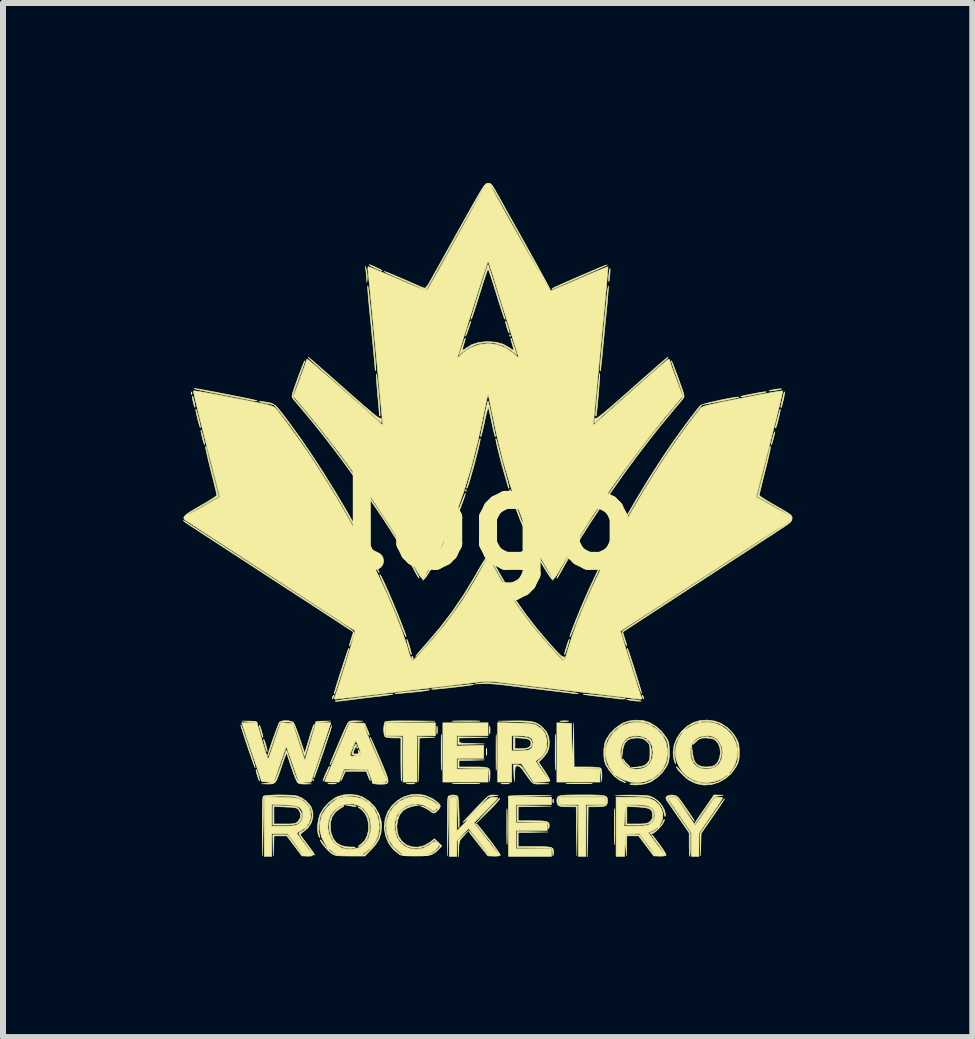
<source format=kicad_pcb>
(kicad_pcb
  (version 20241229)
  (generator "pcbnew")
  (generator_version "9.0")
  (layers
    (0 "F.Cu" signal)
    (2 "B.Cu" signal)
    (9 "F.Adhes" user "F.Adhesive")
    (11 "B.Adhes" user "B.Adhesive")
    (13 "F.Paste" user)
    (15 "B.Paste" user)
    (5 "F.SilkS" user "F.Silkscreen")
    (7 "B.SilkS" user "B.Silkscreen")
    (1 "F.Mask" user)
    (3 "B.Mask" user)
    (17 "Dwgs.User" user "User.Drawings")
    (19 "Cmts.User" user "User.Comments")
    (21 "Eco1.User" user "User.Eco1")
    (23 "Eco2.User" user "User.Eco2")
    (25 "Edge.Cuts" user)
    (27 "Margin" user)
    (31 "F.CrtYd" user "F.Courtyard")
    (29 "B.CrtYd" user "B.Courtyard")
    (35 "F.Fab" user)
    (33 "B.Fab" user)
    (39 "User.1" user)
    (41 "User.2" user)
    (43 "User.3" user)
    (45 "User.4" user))
  (footprint "logo"
    (layer "F.Cu")
    (at 5.087 5.612)
    (property "Reference" "logo" (at 0 0 0) (layer "F.SilkS") (effects (font (size 1.524 1.524) (thickness 0.3))))
    (attr through_hole)
    (fp_poly (pts (xy -3.848 3.384) (xy -3.852 3.384) (xy -3.852 3.384) (xy -3.848 3.384)) (stroke (width 0.01) (type solid)) (fill yes) (layer "F.SilkS"))
    (fp_poly (pts (xy -2.876 3.384) (xy -2.879 3.384) (xy -2.876 3.384) (xy -2.876 3.384)) (stroke (width 0.01) (type solid)) (fill yes) (layer "F.SilkS"))
    (fp_poly (pts (xy 0.337 4.62) (xy 0.332 4.62) (xy 0.337 4.62) (xy 0.337 4.62)) (stroke (width 0.01) (type solid)) (fill yes) (layer "F.SilkS"))
    (fp_poly (pts (xy -4.939 -2.12) (xy -4.936 -2.092) (xy -4.94 -2.086) (xy -4.948 -2.091) (xy -4.949 -2.109) (xy -4.945 -2.128) (xy -4.939 -2.12)) (stroke (width 0.01) (type solid)) (fill yes) (layer "F.SilkS"))
    (fp_poly (pts (xy -3.975 3.362) (xy -3.909 3.364) (xy -3.871 3.369) (xy -3.853 3.38) (xy -3.852 3.384) (xy -4.099 3.36) (xy -3.975 3.362)) (stroke (width 0.01) (type solid)) (fill yes) (layer "F.SilkS"))
    (fp_poly (pts (xy -2.912 4.329) (xy -2.91 4.35) (xy -2.912 4.353) (xy -2.923 4.35) (xy -2.924 4.341) (xy -2.917 4.326) (xy -2.912 4.329)) (stroke (width 0.01) (type solid)) (fill yes) (layer "F.SilkS"))
    (fp_poly (pts (xy -2.176 3.791) (xy -2.174 3.812) (xy -2.176 3.815) (xy -2.187 3.812) (xy -2.188 3.803) (xy -2.182 3.788) (xy -2.176 3.791)) (stroke (width 0.01) (type solid)) (fill yes) (layer "F.SilkS"))
    (fp_poly (pts (xy -0.365 -0.496) (xy -0.363 -0.475) (xy -0.365 -0.472) (xy -0.375 -0.475) (xy -0.377 -0.484) (xy -0.37 -0.499) (xy -0.365 -0.496)) (stroke (width 0.01) (type solid)) (fill yes) (layer "F.SilkS"))
    (fp_poly (pts (xy 0.371 -3.079) (xy 0.373 -3.058) (xy 0.371 -3.055) (xy 0.36 -3.058) (xy 0.359 -3.067) (xy 0.365 -3.082) (xy 0.371 -3.079)) (stroke (width 0.01) (type solid)) (fill yes) (layer "F.SilkS"))
    (fp_poly (pts (xy 0.371 -0.496) (xy 0.373 -0.475) (xy 0.371 -0.472) (xy 0.36 -0.475) (xy 0.359 -0.484) (xy 0.365 -0.499) (xy 0.371 -0.496)) (stroke (width 0.01) (type solid)) (fill yes) (layer "F.SilkS"))
    (fp_poly (pts (xy -1.259 2.285) (xy -1.249 2.304) (xy -1.25 2.333) (xy -1.256 2.341) (xy -1.27 2.335) (xy -1.274 2.315) (xy -1.27 2.283) (xy -1.259 2.285)) (stroke (width 0.01) (type solid)) (fill yes) (layer "F.SilkS"))
    (fp_poly (pts (xy -1.027 3.627) (xy -0.888 3.631) (xy -1.018 3.637) (xy -1.147 3.643) (xy -1.158 4.368) (xy -1.162 3.996) (xy -1.166 3.623) (xy -1.027 3.627)) (stroke (width 0.01) (type solid)) (fill yes) (layer "F.SilkS"))
    (fp_poly (pts (xy 2.585 2.948) (xy 2.597 2.977) (xy 2.596 2.989) (xy 2.584 2.982) (xy 2.576 2.968) (xy 2.566 2.934) (xy 2.57 2.927) (xy 2.585 2.948)) (stroke (width 0.01) (type solid)) (fill yes) (layer "F.SilkS"))
    (fp_poly (pts (xy -2.753 3.372) (xy -2.876 3.384) (xy -2.875 3.38) (xy -2.859 3.369) (xy -2.824 3.364) (xy -2.76 3.362) (xy -2.753 3.362) (xy -2.628 3.36) (xy -2.753 3.372)) (stroke (width 0.01) (type solid)) (fill yes) (layer "F.SilkS"))
    (fp_poly (pts (xy -2.566 2.933) (xy -2.575 2.962) (xy -2.583 2.978) (xy -2.597 2.992) (xy -2.6 2.987) (xy -2.592 2.957) (xy -2.583 2.942) (xy -2.569 2.927) (xy -2.566 2.933)) (stroke (width 0.01) (type solid)) (fill yes) (layer "F.SilkS"))
    (fp_poly (pts (xy -0.879 3.606) (xy -1.184 3.606) (xy -1.184 4.377) (xy -1.417 4.377) (xy -1.417 3.606) (xy -1.704 3.606) (xy -1.704 3.39) (xy -0.879 3.39) (xy -0.879 3.606)) (stroke (width 0.01) (type solid)) (fill yes) (layer "F.SilkS"))
    (fp_poly (pts (xy -0.023 3.825) (xy -0.02 3.883) (xy -0.023 3.924) (xy -0.027 3.935) (xy -0.03 3.915) (xy -0.03 3.875) (xy -0.029 3.83) (xy -0.026 3.814) (xy -0.023 3.825)) (stroke (width 0.01) (type solid)) (fill yes) (layer "F.SilkS"))
    (fp_poly (pts (xy 1.088 4.666) (xy 1.089 4.669) (xy 1.091 4.708) (xy 1.088 4.722) (xy 1.082 4.723) (xy 1.08 4.695) (xy 1.08 4.691) (xy 1.082 4.663) (xy 1.088 4.666)) (stroke (width 0.01) (type solid)) (fill yes) (layer "F.SilkS"))
    (fp_poly (pts (xy 1.955 4.754) (xy 1.632 4.754) (xy 1.632 5.615) (xy 1.507 5.615) (xy 1.507 4.754) (xy 1.184 4.754) (xy 1.184 4.628) (xy 1.955 4.628) (xy 1.955 4.754)) (stroke (width 0.01) (type solid)) (fill yes) (layer "F.SilkS"))
    (fp_poly (pts (xy -2.26 4.761) (xy -2.216 4.771) (xy -2.215 4.771) (xy -2.197 4.783) (xy -2.213 4.785) (xy -2.263 4.779) (xy -2.305 4.771) (xy -2.377 4.759) (xy -2.314 4.757) (xy -2.26 4.761)) (stroke (width 0.01) (type solid)) (fill yes) (layer "F.SilkS"))
    (fp_poly (pts (xy -0.848 3.457) (xy -0.848 3.458) (xy -0.845 3.516) (xy -0.848 3.565) (xy -0.852 3.575) (xy -0.855 3.554) (xy -0.855 3.507) (xy -0.854 3.461) (xy -0.852 3.443) (xy -0.848 3.457)) (stroke (width 0.01) (type solid)) (fill yes) (layer "F.SilkS"))
    (fp_poly (pts (xy 0.031 3.457) (xy 0.031 3.458) (xy 0.034 3.516) (xy 0.031 3.565) (xy 0.027 3.575) (xy 0.024 3.554) (xy 0.023 3.507) (xy 0.025 3.461) (xy 0.027 3.443) (xy 0.031 3.457)) (stroke (width 0.01) (type solid)) (fill yes) (layer "F.SilkS"))
    (fp_poly (pts (xy -2.543 4.4) (xy -2.529 4.403) (xy -2.547 4.406) (xy -2.594 4.407) (xy -2.601 4.407) (xy -2.65 4.406) (xy -2.672 4.404) (xy -2.663 4.4) (xy -2.659 4.4) (xy -2.596 4.397) (xy -2.543 4.4)) (stroke (width 0.01) (type solid)) (fill yes) (layer "F.SilkS"))
    (fp_poly (pts (xy -2.026 -4.153) (xy -2.015 -4.088) (xy -2.014 -4.025) (xy -2.014 -4.018) (xy -2.021 -3.955) (xy -2.024 -4.018) (xy -2.029 -4.08) (xy -2.035 -4.147) (xy -2.036 -4.153) (xy -2.044 -4.224) (xy -2.026 -4.153)) (stroke (width 0.01) (type solid)) (fill yes) (layer "F.SilkS"))
    (fp_poly (pts (xy -1.233 4.4) (xy -1.22 4.403) (xy -1.238 4.406) (xy -1.284 4.407) (xy -1.292 4.407) (xy -1.341 4.406) (xy -1.363 4.404) (xy -1.353 4.4) (xy -1.35 4.4) (xy -1.287 4.397) (xy -1.233 4.4)) (stroke (width 0.01) (type solid)) (fill yes) (layer "F.SilkS"))
    (fp_poly (pts (xy 0.337 4.62) (xy 0.336 4.615) (xy 0.336 4.615) (xy 0.352 4.61) (xy 0.398 4.607) (xy 0.47 4.604) (xy 0.561 4.601) (xy 0.668 4.6) (xy 0.691 4.6) (xy 1.049 4.6) (xy 0.337 4.62)) (stroke (width 0.01) (type solid)) (fill yes) (layer "F.SilkS"))
    (fp_poly (pts (xy 0.345 4.4) (xy 0.359 4.403) (xy 0.341 4.406) (xy 0.294 4.407) (xy 0.287 4.407) (xy 0.238 4.406) (xy 0.216 4.404) (xy 0.225 4.4) (xy 0.229 4.4) (xy 0.292 4.397) (xy 0.345 4.4)) (stroke (width 0.01) (type solid)) (fill yes) (layer "F.SilkS"))
    (fp_poly (pts (xy 1.332 3.359) (xy 1.345 3.363) (xy 1.327 3.365) (xy 1.281 3.367) (xy 1.274 3.367) (xy 1.224 3.366) (xy 1.202 3.363) (xy 1.212 3.36) (xy 1.215 3.359) (xy 1.278 3.356) (xy 1.332 3.359)) (stroke (width 0.01) (type solid)) (fill yes) (layer "F.SilkS"))
    (fp_poly (pts (xy 2.439 3.004) (xy 2.497 3.012) (xy 2.502 3.014) (xy 2.556 3.027) (xy 2.502 3.027) (xy 2.448 3.023) (xy 2.385 3.015) (xy 2.377 3.014) (xy 2.305 3.001) (xy 2.377 3) (xy 2.439 3.004)) (stroke (width 0.01) (type solid)) (fill yes) (layer "F.SilkS"))
    (fp_poly (pts (xy -0.407 5.274) (xy -0.446 5.317) (xy -0.469 5.352) (xy -0.481 5.392) (xy -0.487 5.448) (xy -0.489 5.489) (xy -0.495 5.624) (xy -0.499 5.488) (xy -0.502 5.353) (xy -0.417 5.273) (xy -0.332 5.193) (xy -0.407 5.274)) (stroke (width 0.01) (type solid)) (fill yes) (layer "F.SilkS"))
    (fp_poly (pts (xy 0.31 -3.277) (xy 0.33 -3.218) (xy 0.346 -3.163) (xy 0.353 -3.123) (xy 0.353 -3.109) (xy 0.344 -3.12) (xy 0.329 -3.157) (xy 0.315 -3.203) (xy 0.297 -3.268) (xy 0.291 -3.303) (xy 0.296 -3.307) (xy 0.31 -3.277)) (stroke (width 0.01) (type solid)) (fill yes) (layer "F.SilkS"))
    (fp_poly (pts (xy 0.603 0.139) (xy 0.627 0.179) (xy 0.63 0.186) (xy 0.65 0.229) (xy 0.658 0.259) (xy 0.657 0.264) (xy 0.645 0.255) (xy 0.627 0.222) (xy 0.62 0.206) (xy 0.599 0.153) (xy 0.594 0.13) (xy 0.603 0.139)) (stroke (width 0.01) (type solid)) (fill yes) (layer "F.SilkS"))
    (fp_poly (pts (xy -4.921 -2.044) (xy -4.909 -2.006) (xy -4.9 -1.97) (xy -4.889 -1.917) (xy -4.885 -1.881) (xy -4.886 -1.871) (xy -4.894 -1.882) (xy -4.906 -1.92) (xy -4.915 -1.955) (xy -4.926 -2.008) (xy -4.93 -2.045) (xy -4.929 -2.055) (xy -4.921 -2.044)) (stroke (width 0.01) (type solid)) (fill yes) (layer "F.SilkS"))
    (fp_poly (pts (xy -3.859 4.178) (xy -3.845 4.215) (xy -3.832 4.254) (xy -3.818 4.307) (xy -3.811 4.344) (xy -3.811 4.356) (xy -3.82 4.344) (xy -3.834 4.307) (xy -3.846 4.268) (xy -3.861 4.215) (xy -3.868 4.177) (xy -3.867 4.166) (xy -3.859 4.178)) (stroke (width 0.01) (type solid)) (fill yes) (layer "F.SilkS"))
    (fp_poly (pts (xy -3.805 3.442) (xy -3.791 3.48) (xy -3.777 3.525) (xy -3.762 3.581) (xy -3.754 3.621) (xy -3.754 3.635) (xy -3.763 3.623) (xy -3.777 3.585) (xy -3.791 3.54) (xy -3.805 3.484) (xy -3.813 3.444) (xy -3.813 3.43) (xy -3.805 3.442)) (stroke (width 0.01) (type solid)) (fill yes) (layer "F.SilkS"))
    (fp_poly (pts (xy -3.733 3.675) (xy -3.719 3.713) (xy -3.705 3.759) (xy -3.69 3.814) (xy -3.682 3.854) (xy -3.683 3.868) (xy -3.691 3.856) (xy -3.705 3.819) (xy -3.719 3.773) (xy -3.734 3.717) (xy -3.741 3.677) (xy -3.741 3.664) (xy -3.733 3.675)) (stroke (width 0.01) (type solid)) (fill yes) (layer "F.SilkS"))
    (fp_poly (pts (xy 0.193 4.658) (xy 0.168 4.692) (xy 0.117 4.75) (xy 0.039 4.83) (xy -0.029 4.897) (xy -0.222 5.085) (xy -0.019 4.866) (xy 0.048 4.793) (xy 0.107 4.73) (xy 0.154 4.682) (xy 0.183 4.653) (xy 0.191 4.646) (xy 0.193 4.658)) (stroke (width 0.01) (type solid)) (fill yes) (layer "F.SilkS"))
    (fp_poly (pts (xy 4.892 -2.178) (xy 4.879 -2.172) (xy 4.834 -2.161) (xy 4.772 -2.151) (xy 4.744 -2.147) (xy 4.699 -2.143) (xy 4.687 -2.145) (xy 4.7 -2.151) (xy 4.745 -2.162) (xy 4.807 -2.172) (xy 4.835 -2.176) (xy 4.88 -2.18) (xy 4.892 -2.178)) (stroke (width 0.01) (type solid)) (fill yes) (layer "F.SilkS"))
    (fp_poly (pts (xy 0 3.606) (xy -0.52 3.606) (xy -0.52 3.691) (xy -0.52 3.776) (xy -0.072 3.765) (xy -0.072 3.982) (xy -0.52 3.982) (xy -0.52 4.162) (xy 0 4.162) (xy 0 4.377) (xy -0.753 4.377) (xy -0.753 3.39) (xy 0 3.39) (xy 0 3.606)) (stroke (width 0.01) (type solid)) (fill yes) (layer "F.SilkS"))
    (fp_poly (pts (xy 2.035 -4.164) (xy 2.033 -4.113) (xy 2.032 -4.099) (xy 2.025 -4.028) (xy 2.019 -3.983) (xy 2.014 -3.967) (xy 2.011 -3.981) (xy 2.011 -4.028) (xy 2.011 -4.038) (xy 2.016 -4.101) (xy 2.025 -4.16) (xy 2.027 -4.171) (xy 2.033 -4.184) (xy 2.035 -4.164)) (stroke (width 0.01) (type solid)) (fill yes) (layer "F.SilkS"))
    (fp_poly (pts (xy -1.958 -4.242) (xy -1.911 -4.223) (xy -1.857 -4.198) (xy -1.805 -4.173) (xy -1.773 -4.154) (xy -1.767 -4.147) (xy -1.767 -4.147) (xy -1.791 -4.154) (xy -1.838 -4.173) (xy -1.892 -4.197) (xy -1.944 -4.223) (xy -1.976 -4.241) (xy -1.982 -4.249) (xy -1.982 -4.249) (xy -1.958 -4.242)) (stroke (width 0.01) (type solid)) (fill yes) (layer "F.SilkS"))
    (fp_poly (pts (xy 2.263 4.009) (xy 2.29 4.046) (xy 2.329 4.085) (xy 2.329 4.085) (xy 2.357 4.112) (xy 2.364 4.125) (xy 2.362 4.126) (xy 2.341 4.114) (xy 2.307 4.085) (xy 2.295 4.073) (xy 2.262 4.035) (xy 2.244 4.003) (xy 2.243 3.997) (xy 2.25 3.991) (xy 2.263 4.009)) (stroke (width 0.01) (type solid)) (fill yes) (layer "F.SilkS"))
    (fp_poly (pts (xy 4.781 -1.46) (xy 4.78 -1.452) (xy 4.772 -1.408) (xy 4.759 -1.357) (xy 4.745 -1.306) (xy 4.732 -1.266) (xy 4.723 -1.245) (xy 4.72 -1.247) (xy 4.724 -1.272) (xy 4.735 -1.321) (xy 4.752 -1.384) (xy 4.754 -1.39) (xy 4.769 -1.441) (xy 4.779 -1.465) (xy 4.781 -1.46)) (stroke (width 0.01) (type solid)) (fill yes) (layer "F.SilkS"))
    (fp_poly (pts (xy -4.783 -1.488) (xy -4.771 -1.456) (xy -4.756 -1.402) (xy -4.752 -1.39) (xy -4.736 -1.326) (xy -4.726 -1.276) (xy -4.724 -1.248) (xy -4.724 -1.247) (xy -4.73 -1.254) (xy -4.743 -1.289) (xy -4.758 -1.344) (xy -4.759 -1.35) (xy -4.774 -1.413) (xy -4.785 -1.465) (xy -4.788 -1.493) (xy -4.783 -1.488)) (stroke (width 0.01) (type solid)) (fill yes) (layer "F.SilkS"))
    (fp_poly (pts (xy -2.646 4.132) (xy -2.661 4.172) (xy -2.683 4.225) (xy -2.708 4.279) (xy -2.731 4.326) (xy -2.747 4.354) (xy -2.752 4.359) (xy -2.749 4.344) (xy -2.735 4.304) (xy -2.711 4.247) (xy -2.705 4.233) (xy -2.678 4.175) (xy -2.656 4.132) (xy -2.644 4.114) (xy -2.643 4.114) (xy -2.646 4.132)) (stroke (width 0.01) (type solid)) (fill yes) (layer "F.SilkS"))
    (fp_poly (pts (xy -0.256 3.627) (xy -0.009 3.631) (xy -0.247 3.637) (xy -0.484 3.642) (xy -0.484 3.686) (xy -0.483 3.705) (xy -0.476 3.717) (xy -0.456 3.725) (xy -0.419 3.73) (xy -0.357 3.733) (xy -0.274 3.736) (xy -0.063 3.741) (xy -0.283 3.745) (xy -0.502 3.749) (xy -0.502 3.623) (xy -0.256 3.627)) (stroke (width 0.01) (type solid)) (fill yes) (layer "F.SilkS"))
    (fp_poly (pts (xy 1.353 2.014) (xy 1.343 2.059) (xy 1.325 2.12) (xy 1.32 2.136) (xy 1.3 2.196) (xy 1.284 2.238) (xy 1.276 2.254) (xy 1.275 2.253) (xy 1.279 2.228) (xy 1.29 2.183) (xy 1.306 2.128) (xy 1.324 2.072) (xy 1.34 2.025) (xy 1.352 1.998) (xy 1.355 1.995) (xy 1.353 2.014)) (stroke (width 0.01) (type solid)) (fill yes) (layer "F.SilkS"))
    (fp_poly (pts (xy 4.945 -2.109) (xy 4.938 -2.066) (xy 4.927 -2.01) (xy 4.913 -1.952) (xy 4.9 -1.902) (xy 4.889 -1.871) (xy 4.885 -1.866) (xy 4.881 -1.88) (xy 4.885 -1.906) (xy 4.895 -1.947) (xy 4.908 -2.006) (xy 4.916 -2.042) (xy 4.928 -2.093) (xy 4.939 -2.124) (xy 4.944 -2.129) (xy 4.945 -2.109)) (stroke (width 0.01) (type solid)) (fill yes) (layer "F.SilkS"))
    (fp_poly (pts (xy -4.866 -1.829) (xy -4.853 -1.788) (xy -4.836 -1.728) (xy -4.827 -1.693) (xy -4.81 -1.624) (xy -4.799 -1.569) (xy -4.795 -1.536) (xy -4.795 -1.531) (xy -4.803 -1.544) (xy -4.816 -1.584) (xy -4.833 -1.644) (xy -4.842 -1.679) (xy -4.858 -1.748) (xy -4.869 -1.804) (xy -4.874 -1.836) (xy -4.873 -1.842) (xy -4.866 -1.829)) (stroke (width 0.01) (type solid)) (fill yes) (layer "F.SilkS"))
    (fp_poly (pts (xy -1.347 2.007) (xy -1.332 2.046) (xy -1.313 2.104) (xy -1.309 2.117) (xy -1.292 2.179) (xy -1.281 2.228) (xy -1.278 2.252) (xy -1.278 2.253) (xy -1.287 2.241) (xy -1.301 2.202) (xy -1.32 2.144) (xy -1.324 2.131) (xy -1.341 2.068) (xy -1.352 2.02) (xy -1.355 1.996) (xy -1.355 1.994) (xy -1.347 2.007)) (stroke (width 0.01) (type solid)) (fill yes) (layer "F.SilkS"))
    (fp_poly (pts (xy -0.288 -3.309) (xy -0.293 -3.283) (xy -0.308 -3.234) (xy -0.328 -3.172) (xy -0.331 -3.165) (xy -0.351 -3.108) (xy -0.367 -3.07) (xy -0.375 -3.058) (xy -0.375 -3.059) (xy -0.37 -3.085) (xy -0.356 -3.134) (xy -0.336 -3.196) (xy -0.333 -3.203) (xy -0.312 -3.26) (xy -0.297 -3.298) (xy -0.289 -3.31) (xy -0.288 -3.309)) (stroke (width 0.01) (type solid)) (fill yes) (layer "F.SilkS"))
    (fp_poly (pts (xy -0.212 3.358) (xy -0.174 3.359) (xy -0.138 3.361) (xy -0.135 3.362) (xy -0.163 3.363) (xy -0.221 3.364) (xy -0.305 3.365) (xy -0.368 3.365) (xy -0.466 3.364) (xy -0.539 3.364) (xy -0.583 3.363) (xy -0.597 3.361) (xy -0.579 3.36) (xy -0.551 3.359) (xy -0.443 3.357) (xy -0.324 3.357) (xy -0.212 3.358)) (stroke (width 0.01) (type solid)) (fill yes) (layer "F.SilkS"))
    (fp_poly (pts (xy -0.212 4.398) (xy -0.174 4.399) (xy -0.138 4.401) (xy -0.135 4.402) (xy -0.163 4.404) (xy -0.221 4.405) (xy -0.305 4.405) (xy -0.368 4.405) (xy -0.466 4.405) (xy -0.539 4.404) (xy -0.583 4.403) (xy -0.597 4.402) (xy -0.579 4.4) (xy -0.551 4.399) (xy -0.443 4.397) (xy -0.324 4.397) (xy -0.212 4.398)) (stroke (width 0.01) (type solid)) (fill yes) (layer "F.SilkS"))
    (fp_poly (pts (xy 1.671 4.399) (xy 1.701 4.399) (xy 1.736 4.401) (xy 1.737 4.403) (xy 1.707 4.404) (xy 1.649 4.405) (xy 1.564 4.405) (xy 1.516 4.405) (xy 1.42 4.405) (xy 1.35 4.404) (xy 1.309 4.403) (xy 1.298 4.402) (xy 1.319 4.4) (xy 1.342 4.399) (xy 1.447 4.397) (xy 1.563 4.397) (xy 1.671 4.399)) (stroke (width 0.01) (type solid)) (fill yes) (layer "F.SilkS"))
    (fp_poly (pts (xy 3.935 4.67) (xy 3.909 4.711) (xy 3.869 4.772) (xy 3.818 4.848) (xy 3.758 4.936) (xy 3.751 4.946) (xy 3.553 5.232) (xy 3.547 5.419) (xy 3.541 5.606) (xy 3.534 5.234) (xy 3.736 4.942) (xy 3.797 4.853) (xy 3.852 4.775) (xy 3.897 4.713) (xy 3.928 4.672) (xy 3.942 4.655) (xy 3.943 4.655) (xy 3.935 4.67)) (stroke (width 0.01) (type solid)) (fill yes) (layer "F.SilkS"))
    (fp_poly (pts (xy -1.986 4.263) (xy -1.969 4.312) (xy -1.961 4.346) (xy -1.961 4.353) (xy -1.971 4.342) (xy -1.988 4.306) (xy -1.999 4.279) (xy -2.03 4.197) (xy -2.379 4.197) (xy -2.417 4.283) (xy -2.438 4.328) (xy -2.452 4.354) (xy -2.456 4.356) (xy -2.45 4.334) (xy -2.434 4.291) (xy -2.422 4.262) (xy -2.387 4.18) (xy -2.017 4.18) (xy -1.986 4.263)) (stroke (width 0.01) (type solid)) (fill yes) (layer "F.SilkS"))
    (fp_poly (pts (xy -0.776 3.616) (xy -0.776 3.636) (xy -0.774 3.753) (xy -0.774 3.887) (xy -0.774 4.021) (xy -0.776 4.12) (xy -0.777 4.167) (xy -0.778 4.179) (xy -0.78 4.16) (xy -0.78 4.11) (xy -0.781 4.032) (xy -0.781 3.928) (xy -0.781 3.884) (xy -0.781 3.77) (xy -0.781 3.681) (xy -0.78 3.619) (xy -0.779 3.586) (xy -0.778 3.585) (xy -0.776 3.616)) (stroke (width 0.01) (type solid)) (fill yes) (layer "F.SilkS"))
    (fp_poly (pts (xy 0.138 3.616) (xy 0.139 3.636) (xy 0.141 3.753) (xy 0.141 3.887) (xy 0.141 4.021) (xy 0.139 4.12) (xy 0.138 4.167) (xy 0.136 4.179) (xy 0.135 4.16) (xy 0.134 4.11) (xy 0.134 4.032) (xy 0.133 3.928) (xy 0.133 3.884) (xy 0.134 3.77) (xy 0.134 3.681) (xy 0.135 3.619) (xy 0.136 3.586) (xy 0.137 3.585) (xy 0.138 3.616)) (stroke (width 0.01) (type solid)) (fill yes) (layer "F.SilkS"))
    (fp_poly (pts (xy 0.318 4.854) (xy 0.318 4.874) (xy 0.32 4.99) (xy 0.321 5.125) (xy 0.32 5.259) (xy 0.318 5.358) (xy 0.317 5.404) (xy 0.316 5.417) (xy 0.315 5.398) (xy 0.314 5.348) (xy 0.313 5.27) (xy 0.313 5.166) (xy 0.313 5.121) (xy 0.313 5.007) (xy 0.313 4.919) (xy 0.314 4.857) (xy 0.315 4.824) (xy 0.316 4.822) (xy 0.318 4.854)) (stroke (width 0.01) (type solid)) (fill yes) (layer "F.SilkS"))
    (fp_poly (pts (xy 1.125 3.616) (xy 1.126 3.636) (xy 1.127 3.753) (xy 1.128 3.887) (xy 1.127 4.021) (xy 1.126 4.12) (xy 1.124 4.167) (xy 1.123 4.179) (xy 1.122 4.16) (xy 1.121 4.11) (xy 1.12 4.032) (xy 1.12 3.928) (xy 1.12 3.884) (xy 1.12 3.77) (xy 1.121 3.681) (xy 1.121 3.619) (xy 1.122 3.586) (xy 1.124 3.585) (xy 1.125 3.616)) (stroke (width 0.01) (type solid)) (fill yes) (layer "F.SilkS"))
    (fp_poly (pts (xy 2.112 4.854) (xy 2.112 4.874) (xy 2.114 4.99) (xy 2.114 5.125) (xy 2.114 5.259) (xy 2.112 5.358) (xy 2.111 5.404) (xy 2.109 5.417) (xy 2.108 5.398) (xy 2.108 5.348) (xy 2.107 5.27) (xy 2.107 5.166) (xy 2.107 5.121) (xy 2.107 5.007) (xy 2.107 4.919) (xy 2.108 4.857) (xy 2.109 4.824) (xy 2.11 4.822) (xy 2.112 4.854)) (stroke (width 0.01) (type solid)) (fill yes) (layer "F.SilkS"))
    (fp_poly (pts (xy 4.873 -1.841) (xy 4.872 -1.822) (xy 4.864 -1.778) (xy 4.851 -1.719) (xy 4.835 -1.655) (xy 4.82 -1.595) (xy 4.806 -1.549) (xy 4.797 -1.527) (xy 4.797 -1.526) (xy 4.789 -1.531) (xy 4.789 -1.531) (xy 4.794 -1.558) (xy 4.805 -1.606) (xy 4.82 -1.666) (xy 4.837 -1.729) (xy 4.853 -1.785) (xy 4.866 -1.826) (xy 4.873 -1.841) (xy 4.873 -1.841)) (stroke (width 0.01) (type solid)) (fill yes) (layer "F.SilkS"))
    (fp_poly (pts (xy -0.283 4.004) (xy -0.063 4.008) (xy -0.274 4.014) (xy -0.484 4.019) (xy -0.484 4.126) (xy -0.244 4.126) (xy -0.138 4.126) (xy -0.062 4.13) (xy -0.011 4.14) (xy 0.018 4.157) (xy 0.031 4.186) (xy 0.034 4.229) (xy 0.032 4.272) (xy 0.026 4.368) (xy 0.017 4.26) (xy 0.009 4.153) (xy -0.247 4.148) (xy -0.502 4.143) (xy -0.502 4) (xy -0.283 4.004)) (stroke (width 0.01) (type solid)) (fill yes) (layer "F.SilkS"))
    (fp_poly (pts (xy 0.695 4.624) (xy 1.058 4.628) (xy 1.058 4.754) (xy 0.466 4.754) (xy 0.466 5.058) (xy 0.987 5.058) (xy 0.987 5.184) (xy 0.466 5.184) (xy 0.466 5.489) (xy 1.058 5.489) (xy 1.058 5.615) (xy 0.341 5.615) (xy 0.341 5.121) (xy 0.341 4.992) (xy 0.34 4.874) (xy 0.34 4.772) (xy 0.339 4.692) (xy 0.338 4.638) (xy 0.337 4.62) (xy 0.695 4.624)) (stroke (width 0.01) (type solid)) (fill yes) (layer "F.SilkS"))
    (fp_poly (pts (xy -0.976 2.839) (xy -0.989 2.844) (xy -1.031 2.852) (xy -1.094 2.861) (xy -1.152 2.868) (xy -1.269 2.88) (xy -1.372 2.89) (xy -1.456 2.897) (xy -1.516 2.901) (xy -1.549 2.901) (xy -1.552 2.898) (xy -1.526 2.893) (xy -1.474 2.885) (xy -1.403 2.876) (xy -1.319 2.867) (xy -1.231 2.858) (xy -1.146 2.849) (xy -1.071 2.843) (xy -1.013 2.839) (xy -0.98 2.838) (xy -0.976 2.839)) (stroke (width 0.01) (type solid)) (fill yes) (layer "F.SilkS"))
    (fp_poly (pts (xy 0.74 5.206) (xy 0.996 5.21) (xy 0.749 5.215) (xy 0.502 5.221) (xy 0.502 5.453) (xy 0.778 5.453) (xy 0.893 5.454) (xy 0.977 5.457) (xy 1.034 5.464) (xy 1.069 5.477) (xy 1.087 5.497) (xy 1.093 5.526) (xy 1.09 5.564) (xy 1.086 5.6) (xy 1.082 5.605) (xy 1.078 5.577) (xy 1.075 5.552) (xy 1.067 5.48) (xy 0.484 5.47) (xy 0.484 5.202) (xy 0.74 5.206)) (stroke (width 0.01) (type solid)) (fill yes) (layer "F.SilkS"))
    (fp_poly (pts (xy 0.767 4.775) (xy 1.049 4.779) (xy 0.502 4.79) (xy 0.502 5.023) (xy 0.742 5.023) (xy 0.85 5.024) (xy 0.927 5.028) (xy 0.978 5.037) (xy 1.007 5.053) (xy 1.019 5.077) (xy 1.02 5.111) (xy 1.018 5.125) (xy 1.013 5.155) (xy 1.01 5.154) (xy 1.004 5.12) (xy 1.003 5.112) (xy 0.996 5.05) (xy 0.74 5.045) (xy 0.484 5.04) (xy 0.484 4.771) (xy 0.767 4.775)) (stroke (width 0.01) (type solid)) (fill yes) (layer "F.SilkS"))
    (fp_poly (pts (xy 4.639 -2.129) (xy 4.626 -2.123) (xy 4.586 -2.112) (xy 4.525 -2.099) (xy 4.49 -2.093) (xy 4.411 -2.078) (xy 4.338 -2.065) (xy 4.285 -2.054) (xy 4.274 -2.052) (xy 4.234 -2.047) (xy 4.216 -2.049) (xy 4.215 -2.05) (xy 4.232 -2.057) (xy 4.275 -2.068) (xy 4.337 -2.081) (xy 4.41 -2.095) (xy 4.484 -2.109) (xy 4.552 -2.121) (xy 4.605 -2.128) (xy 4.635 -2.13) (xy 4.639 -2.129)) (stroke (width 0.01) (type solid)) (fill yes) (layer "F.SilkS"))
    (fp_poly (pts (xy -0.241 2.749) (xy -0.254 2.754) (xy -0.298 2.762) (xy -0.365 2.771) (xy -0.451 2.782) (xy -0.497 2.788) (xy -0.656 2.806) (xy -0.78 2.819) (xy -0.87 2.827) (xy -0.925 2.83) (xy -0.944 2.828) (xy -0.942 2.826) (xy -0.917 2.821) (xy -0.865 2.813) (xy -0.792 2.804) (xy -0.704 2.793) (xy -0.608 2.782) (xy -0.512 2.772) (xy -0.42 2.762) (xy -0.341 2.755) (xy -0.281 2.75) (xy -0.246 2.748) (xy -0.241 2.749)) (stroke (width 0.01) (type solid)) (fill yes) (layer "F.SilkS"))
    (fp_poly (pts (xy 0.384 -0.429) (xy 0.4 -0.392) (xy 0.425 -0.332) (xy 0.456 -0.253) (xy 0.474 -0.206) (xy 0.509 -0.116) (xy 0.539 -0.035) (xy 0.564 0.028) (xy 0.579 0.068) (xy 0.583 0.076) (xy 0.59 0.102) (xy 0.587 0.108) (xy 0.575 0.093) (xy 0.557 0.055) (xy 0.547 0.031) (xy 0.516 -0.047) (xy 0.483 -0.134) (xy 0.45 -0.221) (xy 0.421 -0.302) (xy 0.397 -0.37) (xy 0.382 -0.418) (xy 0.377 -0.438) (xy 0.384 -0.429)) (stroke (width 0.01) (type solid)) (fill yes) (layer "F.SilkS"))
    (fp_poly (pts (xy 3.919 4.597) (xy 3.843 4.608) (xy 3.813 4.614) (xy 3.788 4.623) (xy 3.764 4.641) (xy 3.735 4.673) (xy 3.698 4.722) (xy 3.647 4.794) (xy 3.615 4.841) (xy 3.552 4.933) (xy 3.507 4.998) (xy 3.477 5.041) (xy 3.458 5.066) (xy 3.448 5.076) (xy 3.444 5.075) (xy 3.444 5.072) (xy 3.454 5.054) (xy 3.481 5.012) (xy 3.521 4.951) (xy 3.572 4.877) (xy 3.607 4.826) (xy 3.769 4.592) (xy 3.919 4.597)) (stroke (width 0.01) (type solid)) (fill yes) (layer "F.SilkS"))
    (fp_poly (pts (xy -4.112 3.443) (xy -4.093 3.491) (xy -4.069 3.56) (xy -4.039 3.644) (xy -4.007 3.737) (xy -3.975 3.833) (xy -3.945 3.925) (xy -3.918 4.008) (xy -3.898 4.075) (xy -3.885 4.121) (xy -3.882 4.139) (xy -3.889 4.125) (xy -3.906 4.081) (xy -3.931 4.013) (xy -3.961 3.925) (xy -3.997 3.823) (xy -4.012 3.777) (xy -4.048 3.67) (xy -4.078 3.577) (xy -4.101 3.502) (xy -4.117 3.449) (xy -4.123 3.424) (xy -4.122 3.423) (xy -4.112 3.443)) (stroke (width 0.01) (type solid)) (fill yes) (layer "F.SilkS"))
    (fp_poly (pts (xy -1.859 -2.422) (xy -1.853 -2.386) (xy -1.845 -2.323) (xy -1.836 -2.239) (xy -1.827 -2.136) (xy -1.823 -2.102) (xy -1.814 -1.991) (xy -1.807 -1.893) (xy -1.802 -1.813) (xy -1.8 -1.756) (xy -1.8 -1.728) (xy -1.801 -1.727) (xy -1.81 -1.731) (xy -1.812 -1.745) (xy -1.813 -1.772) (xy -1.818 -1.828) (xy -1.824 -1.907) (xy -1.833 -2.002) (xy -1.84 -2.081) (xy -1.849 -2.185) (xy -1.856 -2.279) (xy -1.86 -2.355) (xy -1.862 -2.408) (xy -1.862 -2.427) (xy -1.859 -2.422)) (stroke (width 0.01) (type solid)) (fill yes) (layer "F.SilkS"))
    (fp_poly (pts (xy 1.269 3.394) (xy 1.39 3.399) (xy 1.407 4.135) (xy 1.427 3.399) (xy 1.431 3.762) (xy 1.435 4.126) (xy 1.647 4.126) (xy 1.758 4.128) (xy 1.834 4.134) (xy 1.875 4.144) (xy 1.88 4.147) (xy 1.892 4.178) (xy 1.898 4.232) (xy 1.898 4.268) (xy 1.895 4.368) (xy 1.885 4.26) (xy 1.875 4.153) (xy 1.628 4.152) (xy 1.381 4.151) (xy 1.623 4.157) (xy 1.866 4.163) (xy 1.866 4.377) (xy 1.148 4.377) (xy 1.148 3.389) (xy 1.269 3.394)) (stroke (width 0.01) (type solid)) (fill yes) (layer "F.SilkS"))
    (fp_poly (pts (xy 1.862 -2.408) (xy 1.86 -2.354) (xy 1.855 -2.278) (xy 1.848 -2.189) (xy 1.84 -2.092) (xy 1.832 -1.994) (xy 1.823 -1.902) (xy 1.815 -1.823) (xy 1.808 -1.763) (xy 1.803 -1.729) (xy 1.801 -1.724) (xy 1.794 -1.731) (xy 1.794 -1.741) (xy 1.795 -1.777) (xy 1.799 -1.836) (xy 1.806 -1.914) (xy 1.814 -2.003) (xy 1.823 -2.097) (xy 1.832 -2.19) (xy 1.841 -2.277) (xy 1.849 -2.35) (xy 1.856 -2.404) (xy 1.86 -2.433) (xy 1.862 -2.434) (xy 1.862 -2.408)) (stroke (width 0.01) (type solid)) (fill yes) (layer "F.SilkS"))
    (fp_poly (pts (xy 2.322 2.149) (xy 2.333 2.17) (xy 2.347 2.206) (xy 2.367 2.267) (xy 2.393 2.345) (xy 2.423 2.436) (xy 2.453 2.532) (xy 2.483 2.629) (xy 2.511 2.719) (xy 2.534 2.797) (xy 2.551 2.857) (xy 2.56 2.892) (xy 2.56 2.899) (xy 2.553 2.885) (xy 2.537 2.841) (xy 2.513 2.773) (xy 2.484 2.686) (xy 2.451 2.584) (xy 2.44 2.552) (xy 2.395 2.409) (xy 2.361 2.299) (xy 2.337 2.219) (xy 2.323 2.169) (xy 2.318 2.146) (xy 2.322 2.149)) (stroke (width 0.01) (type solid)) (fill yes) (layer "F.SilkS"))
    (fp_poly (pts (xy -2.609 3.452) (xy -2.623 3.498) (xy -2.645 3.567) (xy -2.673 3.653) (xy -2.705 3.752) (xy -2.74 3.856) (xy -2.776 3.961) (xy -2.811 4.061) (xy -2.842 4.151) (xy -2.869 4.225) (xy -2.888 4.277) (xy -2.899 4.303) (xy -2.9 4.304) (xy -2.906 4.3) (xy -2.903 4.287) (xy -2.867 4.18) (xy -2.829 4.065) (xy -2.789 3.947) (xy -2.749 3.83) (xy -2.71 3.72) (xy -2.676 3.621) (xy -2.646 3.538) (xy -2.624 3.477) (xy -2.609 3.441) (xy -2.606 3.434) (xy -2.609 3.452)) (stroke (width 0.01) (type solid)) (fill yes) (layer "F.SilkS"))
    (fp_poly (pts (xy -2.318 2.148) (xy -2.325 2.176) (xy -2.341 2.232) (xy -2.367 2.318) (xy -2.404 2.435) (xy -2.439 2.547) (xy -2.48 2.674) (xy -2.511 2.771) (xy -2.534 2.839) (xy -2.55 2.882) (xy -2.559 2.903) (xy -2.564 2.906) (xy -2.565 2.898) (xy -2.56 2.876) (xy -2.545 2.826) (xy -2.524 2.755) (xy -2.497 2.669) (xy -2.467 2.574) (xy -2.435 2.476) (xy -2.405 2.382) (xy -2.377 2.298) (xy -2.354 2.229) (xy -2.338 2.184) (xy -2.333 2.17) (xy -2.321 2.146) (xy -2.318 2.148)) (stroke (width 0.01) (type solid)) (fill yes) (layer "F.SilkS"))
    (fp_poly (pts (xy -0.13 -1.35) (xy -0.132 -1.324) (xy -0.142 -1.271) (xy -0.159 -1.195) (xy -0.182 -1.103) (xy -0.208 -1.002) (xy -0.236 -0.896) (xy -0.265 -0.793) (xy -0.292 -0.698) (xy -0.316 -0.618) (xy -0.336 -0.558) (xy -0.35 -0.525) (xy -0.352 -0.521) (xy -0.357 -0.527) (xy -0.353 -0.547) (xy -0.325 -0.643) (xy -0.294 -0.755) (xy -0.261 -0.873) (xy -0.23 -0.989) (xy -0.202 -1.094) (xy -0.18 -1.181) (xy -0.169 -1.226) (xy -0.153 -1.289) (xy -0.14 -1.333) (xy -0.131 -1.351) (xy -0.13 -1.35)) (stroke (width 0.01) (type solid)) (fill yes) (layer "F.SilkS"))
    (fp_poly (pts (xy 2.475 4.596) (xy 2.566 4.598) (xy 2.64 4.603) (xy 2.69 4.61) (xy 2.697 4.611) (xy 2.772 4.646) (xy 2.842 4.701) (xy 2.9 4.769) (xy 2.941 4.843) (xy 2.958 4.914) (xy 2.955 4.948) (xy 2.949 4.95) (xy 2.941 4.922) (xy 2.935 4.892) (xy 2.903 4.795) (xy 2.866 4.743) (xy 2.826 4.7) (xy 2.787 4.669) (xy 2.743 4.646) (xy 2.687 4.631) (xy 2.614 4.62) (xy 2.516 4.614) (xy 2.413 4.609) (xy 2.126 4.599) (xy 2.377 4.595) (xy 2.475 4.596)) (stroke (width 0.01) (type solid)) (fill yes) (layer "F.SilkS"))
    (fp_poly (pts (xy -0.384 -0.41) (xy -0.401 -0.356) (xy -0.427 -0.282) (xy -0.46 -0.195) (xy -0.496 -0.1) (xy -0.534 -0.004) (xy -0.57 0.086) (xy -0.603 0.163) (xy -0.629 0.222) (xy -0.646 0.255) (xy -0.649 0.259) (xy -0.662 0.269) (xy -0.664 0.266) (xy -0.657 0.245) (xy -0.639 0.202) (xy -0.616 0.15) (xy -0.593 0.094) (xy -0.56 0.014) (xy -0.522 -0.08) (xy -0.484 -0.179) (xy -0.474 -0.206) (xy -0.441 -0.292) (xy -0.412 -0.362) (xy -0.391 -0.412) (xy -0.379 -0.437) (xy -0.377 -0.438) (xy -0.384 -0.41)) (stroke (width 0.01) (type solid)) (fill yes) (layer "F.SilkS"))
    (fp_poly (pts (xy 1.653 2.914) (xy 1.723 2.92) (xy 1.809 2.928) (xy 1.904 2.938) (xy 2.001 2.949) (xy 2.094 2.959) (xy 2.175 2.969) (xy 2.239 2.978) (xy 2.279 2.984) (xy 2.287 2.986) (xy 2.285 2.99) (xy 2.259 2.992) (xy 2.221 2.992) (xy 2.184 2.991) (xy 2.162 2.987) (xy 2.138 2.983) (xy 2.086 2.976) (xy 2.011 2.967) (xy 1.92 2.957) (xy 1.86 2.95) (xy 1.765 2.939) (xy 1.685 2.929) (xy 1.625 2.92) (xy 1.591 2.913) (xy 1.586 2.911) (xy 1.605 2.91) (xy 1.653 2.914)) (stroke (width 0.01) (type solid)) (fill yes) (layer "F.SilkS"))
    (fp_poly (pts (xy -2.201 3.357) (xy -2.09 3.361) (xy -2.206 3.371) (xy -2.322 3.381) (xy -2.457 3.696) (xy -2.512 3.825) (xy -2.555 3.924) (xy -2.587 3.996) (xy -2.609 4.045) (xy -2.624 4.075) (xy -2.632 4.088) (xy -2.635 4.088) (xy -2.636 4.087) (xy -2.629 4.067) (xy -2.611 4.019) (xy -2.583 3.951) (xy -2.549 3.869) (xy -2.51 3.778) (xy -2.47 3.684) (xy -2.431 3.594) (xy -2.396 3.514) (xy -2.366 3.45) (xy -2.346 3.407) (xy -2.339 3.395) (xy -2.32 3.372) (xy -2.293 3.361) (xy -2.249 3.357) (xy -2.201 3.357)) (stroke (width 0.01) (type solid)) (fill yes) (layer "F.SilkS"))
    (fp_poly (pts (xy -1.586 2.91) (xy -1.599 2.915) (xy -1.641 2.923) (xy -1.705 2.933) (xy -1.771 2.941) (xy -1.863 2.952) (xy -1.978 2.965) (xy -2.1 2.98) (xy -2.218 2.995) (xy -2.233 2.997) (xy -2.35 3.012) (xy -2.435 3.022) (xy -2.493 3.028) (xy -2.528 3.031) (xy -2.545 3.03) (xy -2.547 3.026) (xy -2.546 3.024) (xy -2.525 3.02) (xy -2.471 3.011) (xy -2.384 2.999) (xy -2.266 2.983) (xy -2.12 2.965) (xy -1.946 2.944) (xy -1.771 2.922) (xy -1.695 2.914) (xy -1.634 2.909) (xy -1.596 2.908) (xy -1.586 2.91)) (stroke (width 0.01) (type solid)) (fill yes) (layer "F.SilkS"))
    (fp_poly (pts (xy 0.136 -1.34) (xy 0.148 -1.303) (xy 0.164 -1.244) (xy 0.178 -1.19) (xy 0.2 -1.102) (xy 0.228 -0.993) (xy 0.259 -0.878) (xy 0.289 -0.773) (xy 0.313 -0.685) (xy 0.333 -0.61) (xy 0.345 -0.555) (xy 0.35 -0.526) (xy 0.349 -0.523) (xy 0.341 -0.524) (xy 0.341 -0.524) (xy 0.336 -0.544) (xy 0.323 -0.591) (xy 0.304 -0.657) (xy 0.288 -0.711) (xy 0.259 -0.812) (xy 0.229 -0.92) (xy 0.201 -1.027) (xy 0.176 -1.128) (xy 0.154 -1.216) (xy 0.139 -1.287) (xy 0.13 -1.333) (xy 0.13 -1.349) (xy 0.136 -1.34)) (stroke (width 0.01) (type solid)) (fill yes) (layer "F.SilkS"))
    (fp_poly (pts (xy 0.553 3.627) (xy 0.64 3.636) (xy 0.696 3.655) (xy 0.726 3.687) (xy 0.735 3.734) (xy 0.735 3.735) (xy 0.72 3.785) (xy 0.673 3.819) (xy 0.595 3.836) (xy 0.543 3.839) (xy 0.422 3.839) (xy 0.422 3.821) (xy 0.448 3.821) (xy 0.555 3.821) (xy 0.633 3.816) (xy 0.681 3.8) (xy 0.689 3.793) (xy 0.712 3.757) (xy 0.717 3.734) (xy 0.71 3.693) (xy 0.684 3.667) (xy 0.633 3.652) (xy 0.566 3.645) (xy 0.448 3.637) (xy 0.448 3.821) (xy 0.422 3.821) (xy 0.422 3.62) (xy 0.553 3.627)) (stroke (width 0.01) (type solid)) (fill yes) (layer "F.SilkS"))
    (fp_poly (pts (xy -2.129 4.803) (xy -2.084 4.838) (xy -2.041 4.886) (xy -2.009 4.937) (xy -2.007 4.94) (xy -1.982 5.027) (xy -1.973 5.127) (xy -1.982 5.226) (xy -2.008 5.308) (xy -2.009 5.309) (xy -2.044 5.364) (xy -2.088 5.412) (xy -2.132 5.444) (xy -2.159 5.453) (xy -2.159 5.444) (xy -2.134 5.424) (xy -2.12 5.415) (xy -2.057 5.354) (xy -2.015 5.273) (xy -1.993 5.178) (xy -1.992 5.079) (xy -2.011 4.983) (xy -2.05 4.899) (xy -2.111 4.835) (xy -2.122 4.827) (xy -2.155 4.803) (xy -2.166 4.791) (xy -2.164 4.79) (xy -2.129 4.803)) (stroke (width 0.01) (type solid)) (fill yes) (layer "F.SilkS"))
    (fp_poly (pts (xy 1.971 -4.237) (xy 1.928 -4.217) (xy 1.863 -4.188) (xy 1.781 -4.15) (xy 1.685 -4.108) (xy 1.582 -4.062) (xy 1.476 -4.015) (xy 1.372 -3.97) (xy 1.276 -3.928) (xy 1.193 -3.892) (xy 1.127 -3.865) (xy 1.083 -3.847) (xy 1.07 -3.842) (xy 1.065 -3.845) (xy 1.08 -3.856) (xy 1.106 -3.87) (xy 1.159 -3.894) (xy 1.232 -3.927) (xy 1.322 -3.967) (xy 1.421 -4.01) (xy 1.526 -4.056) (xy 1.632 -4.101) (xy 1.732 -4.144) (xy 1.822 -4.182) (xy 1.898 -4.213) (xy 1.952 -4.235) (xy 1.981 -4.245) (xy 1.985 -4.246) (xy 1.971 -4.237)) (stroke (width 0.01) (type solid)) (fill yes) (layer "F.SilkS"))
    (fp_poly (pts (xy -0.528 4.601) (xy -0.506 4.615) (xy -0.5 4.638) (xy -0.495 4.69) (xy -0.49 4.761) (xy -0.486 4.843) (xy -0.483 4.929) (xy -0.482 5.01) (xy -0.482 5.078) (xy -0.484 5.125) (xy -0.487 5.139) (xy -0.489 5.129) (xy -0.492 5.088) (xy -0.496 5.023) (xy -0.5 4.939) (xy -0.502 4.888) (xy -0.511 4.619) (xy -0.655 4.619) (xy -0.664 5.112) (xy -0.674 5.606) (xy -0.678 5.12) (xy -0.678 4.963) (xy -0.678 4.838) (xy -0.676 4.744) (xy -0.673 4.677) (xy -0.668 4.635) (xy -0.661 4.615) (xy -0.66 4.614) (xy -0.624 4.597) (xy -0.574 4.593) (xy -0.528 4.601)) (stroke (width 0.01) (type solid)) (fill yes) (layer "F.SilkS"))
    (fp_poly (pts (xy 0.484 4.09) (xy 0.515 4.093) (xy 0.54 4.103) (xy 0.566 4.127) (xy 0.599 4.17) (xy 0.645 4.237) (xy 0.646 4.238) (xy 0.744 4.386) (xy 0.879 4.396) (xy 1.013 4.406) (xy 0.887 4.409) (xy 0.817 4.41) (xy 0.774 4.405) (xy 0.745 4.392) (xy 0.723 4.372) (xy 0.695 4.337) (xy 0.656 4.284) (xy 0.613 4.222) (xy 0.612 4.22) (xy 0.567 4.158) (xy 0.533 4.123) (xy 0.504 4.109) (xy 0.493 4.108) (xy 0.471 4.11) (xy 0.457 4.122) (xy 0.45 4.15) (xy 0.446 4.204) (xy 0.445 4.238) (xy 0.439 4.368) (xy 0.422 4.09) (xy 0.484 4.09)) (stroke (width 0.01) (type solid)) (fill yes) (layer "F.SilkS"))
    (fp_poly (pts (xy -4.879 -2.182) (xy -4.827 -2.175) (xy -4.749 -2.161) (xy -4.65 -2.143) (xy -4.536 -2.122) (xy -4.419 -2.099) (xy -4.253 -2.066) (xy -4.12 -2.04) (xy -4.018 -2.019) (xy -3.942 -2.003) (xy -3.891 -1.991) (xy -3.862 -1.983) (xy -3.852 -1.979) (xy -3.86 -1.977) (xy -3.866 -1.976) (xy -3.904 -1.979) (xy -3.919 -1.982) (xy -3.941 -1.987) (xy -3.993 -1.997) (xy -4.071 -2.013) (xy -4.171 -2.033) (xy -4.286 -2.055) (xy -4.414 -2.08) (xy -4.429 -2.083) (xy -4.555 -2.108) (xy -4.668 -2.13) (xy -4.763 -2.15) (xy -4.837 -2.166) (xy -4.884 -2.178) (xy -4.901 -2.184) (xy -4.901 -2.184) (xy -4.879 -2.182)) (stroke (width 0.01) (type solid)) (fill yes) (layer "F.SilkS"))
    (fp_poly (pts (xy -1.999 -3.867) (xy -1.992 -3.813) (xy -1.983 -3.736) (xy -1.973 -3.641) (xy -1.949 -3.401) (xy -1.928 -3.186) (xy -1.91 -2.996) (xy -1.895 -2.834) (xy -1.884 -2.701) (xy -1.876 -2.599) (xy -1.872 -2.529) (xy -1.871 -2.492) (xy -1.872 -2.487) (xy -1.879 -2.485) (xy -1.882 -2.502) (xy -1.885 -2.537) (xy -1.89 -2.602) (xy -1.898 -2.694) (xy -1.909 -2.806) (xy -1.921 -2.936) (xy -1.935 -3.077) (xy -1.949 -3.226) (xy -1.964 -3.376) (xy -1.973 -3.466) (xy -1.984 -3.58) (xy -1.994 -3.686) (xy -2.001 -3.776) (xy -2.006 -3.846) (xy -2.007 -3.886) (xy -2.007 -3.888) (xy -2.005 -3.893) (xy -1.999 -3.867)) (stroke (width 0.01) (type solid)) (fill yes) (layer "F.SilkS"))
    (fp_poly (pts (xy -1.798 0.924) (xy -1.781 0.951) (xy -1.754 1.005) (xy -1.718 1.082) (xy -1.676 1.175) (xy -1.63 1.28) (xy -1.582 1.393) (xy -1.535 1.508) (xy -1.489 1.619) (xy -1.448 1.723) (xy -1.413 1.813) (xy -1.386 1.886) (xy -1.37 1.935) (xy -1.367 1.956) (xy -1.375 1.946) (xy -1.392 1.908) (xy -1.417 1.848) (xy -1.447 1.772) (xy -1.451 1.761) (xy -1.488 1.665) (xy -1.535 1.549) (xy -1.586 1.428) (xy -1.635 1.313) (xy -1.645 1.292) (xy -1.699 1.169) (xy -1.741 1.076) (xy -1.771 1.008) (xy -1.79 0.962) (xy -1.801 0.934) (xy -1.805 0.921) (xy -1.804 0.919) (xy -1.798 0.924)) (stroke (width 0.01) (type solid)) (fill yes) (layer "F.SilkS"))
    (fp_poly (pts (xy -2.404 4.778) (xy -2.429 4.796) (xy -2.458 4.812) (xy -2.543 4.873) (xy -2.6 4.956) (xy -2.629 5.056) (xy -2.628 5.17) (xy -2.619 5.219) (xy -2.583 5.319) (xy -2.527 5.391) (xy -2.45 5.436) (xy -2.348 5.458) (xy -2.296 5.46) (xy -2.237 5.461) (xy -2.213 5.466) (xy -2.224 5.473) (xy -2.224 5.473) (xy -2.292 5.484) (xy -2.365 5.479) (xy -2.401 5.471) (xy -2.493 5.433) (xy -2.564 5.371) (xy -2.615 5.29) (xy -2.644 5.198) (xy -2.651 5.101) (xy -2.635 5.004) (xy -2.594 4.914) (xy -2.528 4.837) (xy -2.495 4.812) (xy -2.449 4.786) (xy -2.412 4.772) (xy -2.406 4.771) (xy -2.404 4.778)) (stroke (width 0.01) (type solid)) (fill yes) (layer "F.SilkS"))
    (fp_poly (pts (xy 2.007 -3.888) (xy 2.006 -3.849) (xy 2.001 -3.781) (xy 1.994 -3.691) (xy 1.985 -3.587) (xy 1.974 -3.475) (xy 1.96 -3.336) (xy 1.945 -3.18) (xy 1.93 -3.022) (xy 1.916 -2.876) (xy 1.909 -2.807) (xy 1.9 -2.704) (xy 1.89 -2.613) (xy 1.882 -2.541) (xy 1.876 -2.494) (xy 1.873 -2.477) (xy 1.867 -2.485) (xy 1.866 -2.5) (xy 1.867 -2.528) (xy 1.872 -2.586) (xy 1.88 -2.671) (xy 1.889 -2.778) (xy 1.901 -2.903) (xy 1.914 -3.04) (xy 1.928 -3.186) (xy 1.942 -3.335) (xy 1.957 -3.483) (xy 1.971 -3.625) (xy 1.973 -3.641) (xy 1.983 -3.737) (xy 1.992 -3.814) (xy 2 -3.867) (xy 2.005 -3.893) (xy 2.007 -3.888)) (stroke (width 0.01) (type solid)) (fill yes) (layer "F.SilkS"))
    (fp_poly (pts (xy -1.368 3.358) (xy -1.292 3.358) (xy -0.888 3.362) (xy -1.3 3.372) (xy -1.713 3.381) (xy -1.713 3.614) (xy -1.574 3.62) (xy -1.435 3.625) (xy -1.435 3.992) (xy -1.435 4.102) (xy -1.437 4.199) (xy -1.438 4.278) (xy -1.441 4.332) (xy -1.443 4.358) (xy -1.444 4.359) (xy -1.447 4.342) (xy -1.449 4.294) (xy -1.451 4.222) (xy -1.452 4.129) (xy -1.453 4.022) (xy -1.453 4) (xy -1.453 3.641) (xy -1.575 3.641) (xy -1.645 3.638) (xy -1.696 3.63) (xy -1.718 3.62) (xy -1.73 3.591) (xy -1.738 3.539) (xy -1.74 3.498) (xy -1.736 3.439) (xy -1.727 3.393) (xy -1.718 3.376) (xy -1.7 3.368) (xy -1.658 3.363) (xy -1.591 3.359) (xy -1.495 3.358) (xy -1.368 3.358)) (stroke (width 0.01) (type solid)) (fill yes) (layer "F.SilkS"))
    (fp_poly (pts (xy 0.053 0.661) (xy 0.078 0.702) (xy 0.115 0.764) (xy 0.16 0.842) (xy 0.196 0.906) (xy 0.337 1.147) (xy 0.48 1.37) (xy 0.631 1.584) (xy 0.796 1.797) (xy 0.982 2.018) (xy 1.065 2.112) (xy 1.144 2.198) (xy 1.202 2.257) (xy 1.24 2.288) (xy 1.258 2.292) (xy 1.259 2.291) (xy 1.27 2.286) (xy 1.273 2.309) (xy 1.271 2.341) (xy 1.266 2.35) (xy 1.252 2.337) (xy 1.219 2.302) (xy 1.17 2.249) (xy 1.11 2.183) (xy 1.067 2.136) (xy 0.894 1.939) (xy 0.742 1.755) (xy 0.605 1.575) (xy 0.476 1.393) (xy 0.351 1.2) (xy 0.225 0.988) (xy 0.1 0.767) (xy 0.069 0.71) (xy 0.048 0.667) (xy 0.041 0.647) (xy 0.041 0.646) (xy 0.053 0.661)) (stroke (width 0.01) (type solid)) (fill yes) (layer "F.SilkS"))
    (fp_poly (pts (xy 0.048 2.721) (xy 0.133 2.727) (xy 0.242 2.739) (xy 0.368 2.753) (xy 0.626 2.785) (xy 0.85 2.812) (xy 1.039 2.836) (xy 1.196 2.856) (xy 1.319 2.872) (xy 1.411 2.884) (xy 1.472 2.893) (xy 1.502 2.899) (xy 1.503 2.901) (xy 1.498 2.902) (xy 1.442 2.9) (xy 1.396 2.896) (xy 1.39 2.895) (xy 1.362 2.891) (xy 1.305 2.884) (xy 1.223 2.874) (xy 1.122 2.862) (xy 1.009 2.848) (xy 0.96 2.843) (xy 0.822 2.826) (xy 0.675 2.809) (xy 0.53 2.791) (xy 0.398 2.775) (xy 0.291 2.761) (xy 0.289 2.761) (xy 0.18 2.749) (xy 0.075 2.74) (xy -0.019 2.735) (xy -0.09 2.734) (xy -0.106 2.735) (xy -0.224 2.743) (xy -0.117 2.725) (xy -0.071 2.72) (xy -0.018 2.718) (xy 0.048 2.721)) (stroke (width 0.01) (type solid)) (fill yes) (layer "F.SilkS"))
    (fp_poly (pts (xy -3.388 4.774) (xy -3.301 4.778) (xy -3.242 4.782) (xy -3.203 4.789) (xy -3.178 4.801) (xy -3.157 4.818) (xy -3.146 4.831) (xy -3.11 4.896) (xy -3.108 4.966) (xy -3.123 5.011) (xy -3.147 5.046) (xy -3.184 5.07) (xy -3.241 5.085) (xy -3.323 5.093) (xy -3.409 5.094) (xy -3.588 5.094) (xy -3.588 5.076) (xy -3.57 5.076) (xy -3.389 5.076) (xy -3.306 5.076) (xy -3.251 5.073) (xy -3.214 5.066) (xy -3.189 5.053) (xy -3.166 5.033) (xy -3.165 5.032) (xy -3.129 4.973) (xy -3.124 4.907) (xy -3.153 4.844) (xy -3.155 4.841) (xy -3.173 4.822) (xy -3.197 4.81) (xy -3.233 4.802) (xy -3.289 4.796) (xy -3.373 4.793) (xy -3.379 4.792) (xy -3.57 4.785) (xy -3.57 5.076) (xy -3.588 5.076) (xy -3.588 4.768) (xy -3.388 4.774)) (stroke (width 0.01) (type solid)) (fill yes) (layer "F.SilkS"))
    (fp_poly (pts (xy 2.996 -2.698) (xy 2.971 -2.671) (xy 2.946 -2.649) (xy 2.917 -2.623) (xy 2.865 -2.577) (xy 2.793 -2.513) (xy 2.705 -2.436) (xy 2.604 -2.347) (xy 2.494 -2.25) (xy 2.395 -2.162) (xy 2.28 -2.061) (xy 2.171 -1.964) (xy 2.072 -1.876) (xy 1.986 -1.799) (xy 1.916 -1.737) (xy 1.867 -1.692) (xy 1.843 -1.671) (xy 1.776 -1.607) (xy 1.777 -1.66) (xy 1.781 -1.692) (xy 1.789 -1.688) (xy 1.791 -1.685) (xy 1.8 -1.683) (xy 1.822 -1.694) (xy 1.858 -1.72) (xy 1.911 -1.761) (xy 1.982 -1.821) (xy 2.074 -1.899) (xy 2.187 -1.998) (xy 2.324 -2.119) (xy 2.395 -2.182) (xy 2.518 -2.291) (xy 2.634 -2.393) (xy 2.738 -2.485) (xy 2.829 -2.564) (xy 2.903 -2.628) (xy 2.959 -2.675) (xy 2.992 -2.702) (xy 3 -2.708) (xy 2.996 -2.698)) (stroke (width 0.01) (type solid)) (fill yes) (layer "F.SilkS"))
    (fp_poly (pts (xy 3.295 4.863) (xy 3.452 5.098) (xy 3.488 5.052) (xy 3.512 5.02) (xy 3.551 4.965) (xy 3.598 4.895) (xy 3.65 4.818) (xy 3.65 4.818) (xy 3.703 4.74) (xy 3.74 4.687) (xy 3.768 4.654) (xy 3.792 4.637) (xy 3.815 4.63) (xy 3.843 4.629) (xy 3.886 4.632) (xy 3.909 4.64) (xy 3.91 4.643) (xy 3.901 4.661) (xy 3.874 4.705) (xy 3.832 4.768) (xy 3.78 4.846) (xy 3.719 4.935) (xy 3.713 4.943) (xy 3.517 5.229) (xy 3.516 5.422) (xy 3.516 5.615) (xy 3.39 5.615) (xy 3.39 5.223) (xy 3.193 4.936) (xy 3.132 4.847) (xy 3.079 4.768) (xy 3.036 4.704) (xy 3.007 4.659) (xy 2.996 4.639) (xy 2.996 4.639) (xy 3.012 4.632) (xy 3.051 4.628) (xy 3.067 4.628) (xy 3.139 4.628) (xy 3.295 4.863)) (stroke (width 0.01) (type solid)) (fill yes) (layer "F.SilkS"))
    (fp_poly (pts (xy -2.984 -2.696) (xy -2.945 -2.663) (xy -2.884 -2.611) (xy -2.804 -2.542) (xy -2.709 -2.459) (xy -2.601 -2.364) (xy -2.483 -2.26) (xy -2.395 -2.182) (xy -2.246 -2.05) (xy -2.122 -1.941) (xy -2.02 -1.854) (xy -1.94 -1.786) (xy -1.879 -1.736) (xy -1.835 -1.704) (xy -1.807 -1.686) (xy -1.793 -1.683) (xy -1.791 -1.685) (xy -1.781 -1.695) (xy -1.777 -1.67) (xy -1.777 -1.664) (xy -1.778 -1.628) (xy -1.78 -1.615) (xy -1.794 -1.627) (xy -1.832 -1.66) (xy -1.889 -1.711) (xy -1.963 -1.776) (xy -2.051 -1.854) (xy -2.149 -1.941) (xy -2.182 -1.971) (xy -2.296 -2.073) (xy -2.414 -2.178) (xy -2.53 -2.281) (xy -2.637 -2.376) (xy -2.729 -2.458) (xy -2.796 -2.517) (xy -2.868 -2.581) (xy -2.929 -2.636) (xy -2.973 -2.678) (xy -2.997 -2.703) (xy -3 -2.708) (xy -2.984 -2.696)) (stroke (width 0.01) (type solid)) (fill yes) (layer "F.SilkS"))
    (fp_poly (pts (xy 0.007 -1.957) (xy 0.018 -1.911) (xy 0.034 -1.842) (xy 0.052 -1.756) (xy 0.061 -1.709) (xy 0.08 -1.613) (xy 0.097 -1.528) (xy 0.111 -1.46) (xy 0.12 -1.417) (xy 0.122 -1.408) (xy 0.125 -1.384) (xy 0.12 -1.382) (xy 0.112 -1.402) (xy 0.1 -1.451) (xy 0.083 -1.521) (xy 0.065 -1.604) (xy 0.063 -1.615) (xy 0.044 -1.702) (xy 0.028 -1.778) (xy 0.015 -1.835) (xy 0.007 -1.864) (xy 0.006 -1.866) (xy -0.001 -1.859) (xy -0.013 -1.822) (xy -0.029 -1.761) (xy -0.048 -1.681) (xy -0.056 -1.643) (xy -0.075 -1.552) (xy -0.093 -1.475) (xy -0.108 -1.418) (xy -0.117 -1.386) (xy -0.119 -1.383) (xy -0.125 -1.389) (xy -0.121 -1.417) (xy -0.089 -1.579) (xy -0.062 -1.708) (xy -0.042 -1.808) (xy -0.026 -1.882) (xy -0.014 -1.932) (xy -0.006 -1.961) (xy -0.001 -1.973) (xy 0.000132 -1.973) (xy 0.007 -1.957)) (stroke (width 0.01) (type solid)) (fill yes) (layer "F.SilkS"))
    (fp_poly (pts (xy 2.571 3.636) (xy 2.646 3.673) (xy 2.696 3.736) (xy 2.722 3.826) (xy 2.726 3.895) (xy 2.714 3.995) (xy 2.677 4.068) (xy 2.615 4.116) (xy 2.527 4.138) (xy 2.475 4.14) (xy 2.377 4.138) (xy 2.488 4.127) (xy 2.559 4.117) (xy 2.607 4.1) (xy 2.645 4.072) (xy 2.65 4.067) (xy 2.676 4.038) (xy 2.691 4.008) (xy 2.698 3.967) (xy 2.7 3.904) (xy 2.7 3.882) (xy 2.699 3.812) (xy 2.694 3.767) (xy 2.682 3.737) (xy 2.659 3.71) (xy 2.641 3.694) (xy 2.601 3.663) (xy 2.56 3.647) (xy 2.504 3.642) (xy 2.479 3.641) (xy 2.388 3.65) (xy 2.323 3.679) (xy 2.278 3.731) (xy 2.251 3.812) (xy 2.241 3.875) (xy 2.23 3.973) (xy 2.227 3.887) (xy 2.238 3.786) (xy 2.275 3.708) (xy 2.338 3.654) (xy 2.424 3.627) (xy 2.471 3.623) (xy 2.571 3.636)) (stroke (width 0.01) (type solid)) (fill yes) (layer "F.SilkS"))
    (fp_poly (pts (xy 1.703 4.592) (xy 1.805 4.594) (xy 1.879 4.598) (xy 1.931 4.604) (xy 1.963 4.616) (xy 1.981 4.632) (xy 1.989 4.655) (xy 1.991 4.684) (xy 1.991 4.691) (xy 1.986 4.736) (xy 1.968 4.765) (xy 1.93 4.781) (xy 1.867 4.788) (xy 1.808 4.789) (xy 1.669 4.789) (xy 1.659 5.624) (xy 1.654 5.198) (xy 1.65 4.773) (xy 1.807 4.768) (xy 1.964 4.763) (xy 1.964 4.619) (xy 1.175 4.619) (xy 1.175 4.763) (xy 1.332 4.768) (xy 1.489 4.773) (xy 1.485 5.189) (xy 1.481 5.606) (xy 1.475 5.197) (xy 1.47 4.789) (xy 1.331 4.789) (xy 1.247 4.787) (xy 1.193 4.777) (xy 1.163 4.756) (xy 1.15 4.722) (xy 1.148 4.691) (xy 1.149 4.66) (xy 1.156 4.636) (xy 1.171 4.618) (xy 1.201 4.606) (xy 1.249 4.599) (xy 1.318 4.594) (xy 1.415 4.593) (xy 1.542 4.592) (xy 1.57 4.592) (xy 1.703 4.592)) (stroke (width 0.01) (type solid)) (fill yes) (layer "F.SilkS"))
    (fp_poly (pts (xy -3.749 -1.964) (xy -3.69 -1.955) (xy -3.645 -1.946) (xy -3.608 -1.936) (xy -3.575 -1.921) (xy -3.542 -1.896) (xy -3.505 -1.858) (xy -3.46 -1.804) (xy -3.402 -1.729) (xy -3.327 -1.629) (xy -3.315 -1.613) (xy -3.133 -1.362) (xy -2.944 -1.085) (xy -2.75 -0.789) (xy -2.558 -0.479) (xy -2.37 -0.164) (xy -2.297 -0.036) (xy -2.244 0.058) (xy -2.186 0.163) (xy -2.125 0.275) (xy -2.064 0.39) (xy -2.005 0.502) (xy -1.95 0.608) (xy -1.901 0.703) (xy -1.861 0.783) (xy -1.832 0.843) (xy -1.816 0.879) (xy -1.814 0.887) (xy -1.824 0.875) (xy -1.847 0.835) (xy -1.881 0.774) (xy -1.921 0.697) (xy -1.946 0.649) (xy -2.122 0.314) (xy -2.308 -0.021) (xy -2.5 -0.352) (xy -2.695 -0.673) (xy -2.891 -0.98) (xy -3.084 -1.267) (xy -3.271 -1.53) (xy -3.447 -1.761) (xy -3.57 -1.916) (xy -3.697 -1.938) (xy -3.757 -1.949) (xy -3.799 -1.959) (xy -3.815 -1.966) (xy -3.815 -1.967) (xy -3.795 -1.968) (xy -3.749 -1.964)) (stroke (width 0.01) (type solid)) (fill yes) (layer "F.SilkS"))
    (fp_poly (pts (xy 3.122 4.603) (xy 3.163 4.626) (xy 3.169 4.632) (xy 3.195 4.665) (xy 3.233 4.716) (xy 3.277 4.778) (xy 3.323 4.845) (xy 3.367 4.91) (xy 3.405 4.967) (xy 3.431 5.009) (xy 3.441 5.03) (xy 3.441 5.031) (xy 3.43 5.02) (xy 3.401 4.983) (xy 3.361 4.927) (xy 3.311 4.857) (xy 3.291 4.828) (xy 3.147 4.619) (xy 3.067 4.619) (xy 3.015 4.622) (xy 2.992 4.634) (xy 2.989 4.646) (xy 2.999 4.669) (xy 3.027 4.716) (xy 3.069 4.782) (xy 3.122 4.861) (xy 3.182 4.949) (xy 3.372 5.225) (xy 3.372 5.42) (xy 3.372 5.499) (xy 3.369 5.562) (xy 3.366 5.603) (xy 3.363 5.615) (xy 3.36 5.598) (xy 3.357 5.553) (xy 3.355 5.486) (xy 3.354 5.42) (xy 3.354 5.225) (xy 3.17 4.958) (xy 3.109 4.871) (xy 3.056 4.793) (xy 3.013 4.73) (xy 2.983 4.686) (xy 2.971 4.668) (xy 2.965 4.635) (xy 2.986 4.611) (xy 3.025 4.596) (xy 3.073 4.593) (xy 3.122 4.603)) (stroke (width 0.01) (type solid)) (fill yes) (layer "F.SilkS"))
    (fp_poly (pts (xy 3.744 3.637) (xy 3.766 3.646) (xy 3.83 3.697) (xy 3.872 3.768) (xy 3.891 3.852) (xy 3.888 3.939) (xy 3.861 4.021) (xy 3.809 4.091) (xy 3.792 4.106) (xy 3.748 4.131) (xy 3.689 4.142) (xy 3.641 4.144) (xy 3.568 4.139) (xy 3.517 4.123) (xy 3.491 4.106) (xy 3.431 4.04) (xy 3.399 3.957) (xy 3.393 3.871) (xy 3.396 3.776) (xy 3.407 3.884) (xy 3.425 3.985) (xy 3.457 4.056) (xy 3.507 4.1) (xy 3.578 4.122) (xy 3.641 4.126) (xy 3.717 4.12) (xy 3.772 4.103) (xy 3.781 4.098) (xy 3.832 4.044) (xy 3.862 3.972) (xy 3.874 3.891) (xy 3.867 3.811) (xy 3.841 3.738) (xy 3.797 3.683) (xy 3.757 3.659) (xy 3.711 3.648) (xy 3.649 3.642) (xy 3.62 3.641) (xy 3.561 3.645) (xy 3.519 3.66) (xy 3.477 3.694) (xy 3.469 3.702) (xy 3.431 3.738) (xy 3.411 3.751) (xy 3.411 3.741) (xy 3.431 3.712) (xy 3.492 3.661) (xy 3.573 3.63) (xy 3.661 3.621) (xy 3.744 3.637)) (stroke (width 0.01) (type solid)) (fill yes) (layer "F.SilkS"))
    (fp_poly (pts (xy -3.331 3.356) (xy -3.277 3.366) (xy -3.244 3.384) (xy -3.23 3.411) (xy -3.207 3.465) (xy -3.179 3.539) (xy -3.148 3.626) (xy -3.138 3.655) (xy -3.057 3.897) (xy -2.987 3.666) (xy -2.961 3.579) (xy -2.936 3.505) (xy -2.917 3.449) (xy -2.904 3.42) (xy -2.903 3.418) (xy -2.898 3.413) (xy -2.896 3.416) (xy -2.898 3.43) (xy -2.906 3.46) (xy -2.921 3.51) (xy -2.943 3.584) (xy -2.975 3.685) (xy -2.996 3.756) (xy -3.057 3.951) (xy -3.147 3.681) (xy -3.179 3.587) (xy -3.209 3.505) (xy -3.234 3.44) (xy -3.252 3.4) (xy -3.258 3.39) (xy -3.286 3.38) (xy -3.337 3.375) (xy -3.374 3.376) (xy -3.471 3.381) (xy -3.564 3.65) (xy -3.602 3.762) (xy -3.631 3.843) (xy -3.651 3.898) (xy -3.664 3.931) (xy -3.671 3.946) (xy -3.675 3.947) (xy -3.676 3.942) (xy -3.671 3.919) (xy -3.656 3.869) (xy -3.633 3.8) (xy -3.606 3.719) (xy -3.575 3.633) (xy -3.545 3.549) (xy -3.518 3.475) (xy -3.495 3.417) (xy -3.481 3.383) (xy -3.478 3.378) (xy -3.445 3.362) (xy -3.391 3.354) (xy -3.331 3.356)) (stroke (width 0.01) (type solid)) (fill yes) (layer "F.SilkS"))
    (fp_poly (pts (xy 0.007 -4.234) (xy 0.022 -4.189) (xy 0.045 -4.121) (xy 0.073 -4.034) (xy 0.105 -3.935) (xy 0.138 -3.828) (xy 0.172 -3.72) (xy 0.205 -3.615) (xy 0.234 -3.52) (xy 0.258 -3.439) (xy 0.276 -3.377) (xy 0.283 -3.354) (xy 0.286 -3.337) (xy 0.276 -3.35) (xy 0.273 -3.354) (xy 0.263 -3.379) (xy 0.245 -3.432) (xy 0.219 -3.509) (xy 0.188 -3.606) (xy 0.154 -3.715) (xy 0.134 -3.78) (xy 0.099 -3.893) (xy 0.067 -3.994) (xy 0.039 -4.077) (xy 0.018 -4.139) (xy 0.004 -4.173) (xy 0.00033 -4.18) (xy -0.008 -4.163) (xy -0.025 -4.117) (xy -0.049 -4.046) (xy -0.079 -3.956) (xy -0.112 -3.85) (xy -0.134 -3.78) (xy -0.17 -3.666) (xy -0.203 -3.561) (xy -0.232 -3.473) (xy -0.254 -3.405) (xy -0.269 -3.364) (xy -0.273 -3.354) (xy -0.286 -3.337) (xy -0.284 -3.35) (xy -0.283 -3.354) (xy -0.269 -3.403) (xy -0.248 -3.474) (xy -0.221 -3.562) (xy -0.19 -3.662) (xy -0.157 -3.769) (xy -0.123 -3.877) (xy -0.09 -3.981) (xy -0.06 -4.075) (xy -0.034 -4.155) (xy -0.014 -4.213) (xy -0.002 -4.246) (xy 0 -4.251) (xy 0.007 -4.234)) (stroke (width 0.01) (type solid)) (fill yes) (layer "F.SilkS"))
    (fp_poly (pts (xy 0.389 -3.011) (xy 0.405 -2.972) (xy 0.426 -2.913) (xy 0.434 -2.889) (xy 0.48 -2.748) (xy 0.403 -2.807) (xy 0.431 -2.807) (xy 0.439 -2.798) (xy 0.448 -2.807) (xy 0.439 -2.816) (xy 0.431 -2.807) (xy 0.403 -2.807) (xy 0.388 -2.819) (xy 0.258 -2.896) (xy 0.12 -2.941) (xy -0.022 -2.953) (xy -0.163 -2.932) (xy -0.298 -2.878) (xy -0.406 -2.806) (xy -0.481 -2.745) (xy -0.461 -2.807) (xy -0.448 -2.807) (xy -0.439 -2.798) (xy -0.431 -2.807) (xy -0.439 -2.816) (xy -0.448 -2.807) (xy -0.461 -2.807) (xy -0.434 -2.888) (xy -0.412 -2.951) (xy -0.394 -2.999) (xy -0.382 -3.022) (xy -0.38 -3.023) (xy -0.381 -3.004) (xy -0.392 -2.961) (xy -0.404 -2.924) (xy -0.419 -2.871) (xy -0.427 -2.835) (xy -0.426 -2.824) (xy -0.408 -2.828) (xy -0.375 -2.849) (xy -0.372 -2.852) (xy -0.271 -2.915) (xy -0.158 -2.952) (xy -0.023 -2.966) (xy 0 -2.966) (xy 0.138 -2.955) (xy 0.255 -2.922) (xy 0.357 -2.863) (xy 0.372 -2.852) (xy 0.406 -2.829) (xy 0.425 -2.823) (xy 0.426 -2.824) (xy 0.425 -2.844) (xy 0.415 -2.887) (xy 0.404 -2.924) (xy 0.388 -2.976) (xy 0.38 -3.013) (xy 0.38 -3.023) (xy 0.389 -3.011)) (stroke (width 0.01) (type solid)) (fill yes) (layer "F.SilkS"))
    (fp_poly (pts (xy -5.058 0.027) (xy -5.039 0.039) (xy -4.992 0.07) (xy -4.918 0.118) (xy -4.818 0.182) (xy -4.696 0.261) (xy -4.551 0.355) (xy -4.387 0.462) (xy -4.204 0.581) (xy -4.004 0.71) (xy -3.79 0.85) (xy -3.562 0.998) (xy -3.322 1.154) (xy -3.072 1.317) (xy -2.813 1.485) (xy -2.548 1.658) (xy -2.497 1.691) (xy -2.399 1.756) (xy -2.328 1.804) (xy -2.28 1.84) (xy -2.25 1.866) (xy -2.236 1.885) (xy -2.234 1.901) (xy -2.235 1.908) (xy -2.258 1.976) (xy -2.28 2.036) (xy -2.298 2.082) (xy -2.31 2.106) (xy -2.313 2.106) (xy -2.308 2.08) (xy -2.294 2.031) (xy -2.278 1.982) (xy -2.26 1.927) (xy -2.249 1.888) (xy -2.247 1.874) (xy -2.262 1.863) (xy -2.305 1.835) (xy -2.373 1.791) (xy -2.463 1.732) (xy -2.572 1.661) (xy -2.698 1.579) (xy -2.837 1.488) (xy -2.988 1.389) (xy -3.148 1.286) (xy -3.314 1.178) (xy -3.482 1.068) (xy -3.652 0.958) (xy -3.819 0.849) (xy -3.981 0.743) (xy -4.136 0.642) (xy -4.28 0.548) (xy -4.412 0.463) (xy -4.502 0.404) (xy -4.673 0.293) (xy -4.813 0.201) (xy -4.923 0.128) (xy -5.005 0.074) (xy -5.058 0.037) (xy -5.082 0.018) (xy -5.079 0.017) (xy -5.058 0.027)) (stroke (width 0.01) (type solid)) (fill yes) (layer "F.SilkS"))
    (fp_poly (pts (xy 4.182 -2.041) (xy 4.171 -2.036) (xy 4.131 -2.025) (xy 4.065 -2.011) (xy 3.979 -1.993) (xy 3.885 -1.974) (xy 3.568 -1.914) (xy 3.446 -1.76) (xy 3.28 -1.541) (xy 3.104 -1.295) (xy 2.921 -1.025) (xy 2.736 -0.737) (xy 2.55 -0.436) (xy 2.368 -0.127) (xy 2.192 0.184) (xy 2.026 0.492) (xy 1.909 0.721) (xy 1.834 0.874) (xy 1.752 1.05) (xy 1.668 1.237) (xy 1.587 1.425) (xy 1.513 1.601) (xy 1.469 1.713) (xy 1.434 1.802) (xy 1.404 1.875) (xy 1.381 1.928) (xy 1.367 1.956) (xy 1.364 1.958) (xy 1.37 1.928) (xy 1.39 1.871) (xy 1.42 1.79) (xy 1.459 1.691) (xy 1.505 1.578) (xy 1.555 1.457) (xy 1.609 1.331) (xy 1.664 1.206) (xy 1.69 1.148) (xy 1.856 0.797) (xy 2.043 0.43) (xy 2.248 0.053) (xy 2.465 -0.324) (xy 2.69 -0.695) (xy 2.92 -1.051) (xy 2.991 -1.157) (xy 3.059 -1.256) (xy 3.134 -1.362) (xy 3.211 -1.47) (xy 3.289 -1.576) (xy 3.362 -1.675) (xy 3.429 -1.762) (xy 3.484 -1.833) (xy 3.525 -1.883) (xy 3.546 -1.904) (xy 3.572 -1.916) (xy 3.626 -1.932) (xy 3.701 -1.952) (xy 3.789 -1.972) (xy 3.883 -1.993) (xy 3.976 -2.012) (xy 4.059 -2.027) (xy 4.127 -2.038) (xy 4.171 -2.042) (xy 4.182 -2.041)) (stroke (width 0.01) (type solid)) (fill yes) (layer "F.SilkS"))
    (fp_poly (pts (xy 3.063 -2.635) (xy 3.081 -2.593) (xy 3.107 -2.527) (xy 3.139 -2.443) (xy 3.172 -2.355) (xy 3.211 -2.247) (xy 3.239 -2.168) (xy 3.257 -2.112) (xy 3.266 -2.074) (xy 3.267 -2.049) (xy 3.262 -2.031) (xy 3.252 -2.016) (xy 3.251 -2.015) (xy 3.228 -1.987) (xy 3.188 -1.938) (xy 3.134 -1.874) (xy 3.072 -1.801) (xy 3.048 -1.772) (xy 2.861 -1.546) (xy 2.667 -1.3) (xy 2.468 -1.039) (xy 2.269 -0.768) (xy 2.074 -0.493) (xy 1.885 -0.218) (xy 1.707 0.051) (xy 1.543 0.309) (xy 1.396 0.551) (xy 1.27 0.771) (xy 1.227 0.85) (xy 1.19 0.914) (xy 1.164 0.959) (xy 1.149 0.979) (xy 1.148 0.979) (xy 1.157 0.953) (xy 1.182 0.901) (xy 1.22 0.829) (xy 1.269 0.74) (xy 1.326 0.64) (xy 1.388 0.533) (xy 1.453 0.425) (xy 1.494 0.359) (xy 1.685 0.057) (xy 1.891 -0.253) (xy 2.108 -0.566) (xy 2.329 -0.875) (xy 2.551 -1.173) (xy 2.768 -1.454) (xy 2.977 -1.71) (xy 3.029 -1.773) (xy 3.093 -1.848) (xy 3.15 -1.916) (xy 3.197 -1.971) (xy 3.227 -2.007) (xy 3.233 -2.015) (xy 3.244 -2.03) (xy 3.249 -2.048) (xy 3.248 -2.073) (xy 3.24 -2.11) (xy 3.222 -2.165) (xy 3.194 -2.243) (xy 3.156 -2.348) (xy 3.121 -2.443) (xy 3.092 -2.527) (xy 3.07 -2.592) (xy 3.057 -2.635) (xy 3.055 -2.648) (xy 3.063 -2.635)) (stroke (width 0.01) (type solid)) (fill yes) (layer "F.SilkS"))
    (fp_poly (pts (xy -3.058 -2.629) (xy -3.072 -2.583) (xy -3.095 -2.514) (xy -3.126 -2.428) (xy -3.156 -2.347) (xy -3.195 -2.241) (xy -3.223 -2.163) (xy -3.24 -2.109) (xy -3.249 -2.072) (xy -3.25 -2.048) (xy -3.244 -2.03) (xy -3.233 -2.015) (xy -3.211 -1.988) (xy -3.17 -1.939) (xy -3.116 -1.875) (xy -3.054 -1.802) (xy -3.029 -1.773) (xy -2.824 -1.524) (xy -2.609 -1.249) (xy -2.388 -0.955) (xy -2.166 -0.649) (xy -1.948 -0.336) (xy -1.738 -0.024) (xy -1.543 0.281) (xy -1.494 0.359) (xy -1.429 0.464) (xy -1.366 0.571) (xy -1.306 0.674) (xy -1.253 0.769) (xy -1.208 0.852) (xy -1.174 0.917) (xy -1.154 0.96) (xy -1.151 0.977) (xy -1.161 0.965) (xy -1.184 0.928) (xy -1.215 0.872) (xy -1.238 0.829) (xy -1.334 0.653) (xy -1.452 0.454) (xy -1.587 0.237) (xy -1.736 0.006) (xy -1.898 -0.235) (xy -2.068 -0.482) (xy -2.244 -0.73) (xy -2.422 -0.975) (xy -2.601 -1.213) (xy -2.776 -1.439) (xy -2.945 -1.649) (xy -3.048 -1.772) (xy -3.111 -1.847) (xy -3.169 -1.916) (xy -3.215 -1.971) (xy -3.245 -2.007) (xy -3.251 -2.015) (xy -3.262 -2.03) (xy -3.267 -2.047) (xy -3.266 -2.072) (xy -3.258 -2.109) (xy -3.24 -2.164) (xy -3.213 -2.242) (xy -3.175 -2.347) (xy -3.172 -2.355) (xy -3.136 -2.451) (xy -3.105 -2.533) (xy -3.079 -2.597) (xy -3.061 -2.637) (xy -3.054 -2.648) (xy -3.058 -2.629)) (stroke (width 0.01) (type solid)) (fill yes) (layer "F.SilkS"))
    (fp_poly (pts (xy 0.657 3.362) (xy 0.733 3.371) (xy 0.792 3.388) (xy 0.842 3.413) (xy 0.888 3.448) (xy 0.901 3.459) (xy 0.972 3.538) (xy 1.011 3.623) (xy 1.022 3.72) (xy 1.014 3.809) (xy 0.986 3.882) (xy 0.933 3.954) (xy 0.914 3.974) (xy 0.843 4.046) (xy 0.943 4.194) (xy 0.984 4.258) (xy 1.014 4.312) (xy 1.03 4.349) (xy 1.031 4.359) (xy 1.009 4.368) (xy 0.961 4.374) (xy 0.897 4.377) (xy 0.89 4.377) (xy 0.759 4.377) (xy 0.556 4.072) (xy 0.395 4.072) (xy 0.395 4.377) (xy 0.161 4.377) (xy 0.161 3.606) (xy 0.395 3.606) (xy 0.395 3.857) (xy 0.519 3.857) (xy 0.589 3.854) (xy 0.651 3.848) (xy 0.688 3.84) (xy 0.729 3.806) (xy 0.744 3.768) (xy 0.749 3.704) (xy 0.731 3.657) (xy 0.686 3.626) (xy 0.611 3.61) (xy 0.519 3.606) (xy 0.395 3.606) (xy 0.161 3.606) (xy 0.161 3.387) (xy 0.453 3.393) (xy 0.568 3.396) (xy 0.654 3.401) (xy 0.717 3.406) (xy 0.763 3.415) (xy 0.798 3.426) (xy 0.813 3.433) (xy 0.898 3.493) (xy 0.954 3.574) (xy 0.981 3.676) (xy 0.983 3.695) (xy 0.978 3.804) (xy 0.943 3.893) (xy 0.878 3.967) (xy 0.859 3.981) (xy 0.792 4.03) (xy 0.907 4.198) (xy 0.953 4.263) (xy 0.99 4.314) (xy 1.014 4.345) (xy 1.022 4.353) (xy 1.013 4.334) (xy 0.988 4.292) (xy 0.951 4.234) (xy 0.922 4.189) (xy 0.821 4.038) (xy 0.889 3.979) (xy 0.958 3.899) (xy 0.996 3.809) (xy 1.005 3.724) (xy 0.993 3.623) (xy 0.957 3.541) (xy 0.918 3.492) (xy 0.88 3.454) (xy 0.842 3.426) (xy 0.798 3.405) (xy 0.743 3.391) (xy 0.67 3.382) (xy 0.572 3.376) (xy 0.466 3.371) (xy 0.17 3.361) (xy 0.431 3.358) (xy 0.558 3.358) (xy 0.657 3.362)) (stroke (width 0.01) (type solid)) (fill yes) (layer "F.SilkS"))
    (fp_poly (pts (xy -2.75 3.387) (xy -2.621 3.39) (xy -2.951 4.377) (xy -3.058 4.38) (xy -3.166 4.383) (xy -3.058 4.395) (xy -2.951 4.407) (xy -3.051 4.41) (xy -3.118 4.408) (xy -3.159 4.397) (xy -3.179 4.381) (xy -3.194 4.353) (xy -3.218 4.298) (xy -3.246 4.224) (xy -3.276 4.137) (xy -3.283 4.118) (xy -3.359 3.887) (xy -3.393 3.975) (xy -3.415 4.036) (xy -3.442 4.115) (xy -3.47 4.196) (xy -3.473 4.206) (xy -3.504 4.294) (xy -3.53 4.353) (xy -3.558 4.388) (xy -3.594 4.405) (xy -3.642 4.41) (xy -3.676 4.409) (xy -3.776 4.406) (xy -3.561 4.388) (xy -3.667 4.378) (xy -3.721 4.373) (xy -3.567 4.373) (xy -3.557 4.368) (xy -3.545 4.345) (xy -3.525 4.295) (xy -3.498 4.224) (xy -3.467 4.138) (xy -3.453 4.099) (xy -3.423 4.01) (xy -3.397 3.935) (xy -3.377 3.878) (xy -3.365 3.847) (xy -3.364 3.843) (xy -3.357 3.857) (xy -3.341 3.9) (xy -3.318 3.965) (xy -3.29 4.047) (xy -3.274 4.094) (xy -3.243 4.185) (xy -3.214 4.264) (xy -3.19 4.325) (xy -3.174 4.361) (xy -3.17 4.368) (xy -3.158 4.376) (xy -3.159 4.367) (xy -3.167 4.345) (xy -3.184 4.294) (xy -3.209 4.222) (xy -3.239 4.134) (xy -3.263 4.066) (xy -3.295 3.973) (xy -3.324 3.894) (xy -3.346 3.833) (xy -3.36 3.797) (xy -3.365 3.789) (xy -3.372 3.807) (xy -3.389 3.853) (xy -3.413 3.921) (xy -3.442 4.005) (xy -3.459 4.054) (xy -3.491 4.147) (xy -3.52 4.231) (xy -3.543 4.297) (xy -3.558 4.34) (xy -3.562 4.35) (xy -3.567 4.373) (xy -3.721 4.373) (xy -3.774 4.368) (xy -3.94 3.879) (xy -4.107 3.39) (xy -3.977 3.387) (xy -3.852 3.384) (xy -3.847 3.399) (xy -3.847 3.399) (xy -3.842 3.425) (xy -3.827 3.477) (xy -3.807 3.548) (xy -3.783 3.631) (xy -3.756 3.72) (xy -3.73 3.807) (xy -3.706 3.885) (xy -3.686 3.947) (xy -3.672 3.986) (xy -3.668 3.997) (xy -3.661 3.982) (xy -3.645 3.939) (xy -3.621 3.873) (xy -3.592 3.788) (xy -3.561 3.695) (xy -3.458 3.389) (xy -3.258 3.399) (xy -3.055 4.015) (xy -2.967 3.725) (xy -2.938 3.626) (xy -2.912 3.538) (xy -2.893 3.466) (xy -2.881 3.417) (xy -2.879 3.399) (xy -2.876 3.384) (xy -2.75 3.387)) (stroke (width 0.01) (type solid)) (fill yes) (layer "F.SilkS"))
    (fp_poly (pts (xy 0.083 4.594) (xy 0.096 4.594) (xy 0.17 4.597) (xy 0.086 4.609) (xy 0.035 4.617) (xy 0.002 4.626) (xy -0.004 4.629) (xy -0.017 4.645) (xy -0.051 4.681) (xy -0.1 4.734) (xy -0.16 4.797) (xy -0.179 4.817) (xy -0.35 4.996) (xy -0.161 4.812) (xy -0.086 4.74) (xy -0.031 4.689) (xy 0.009 4.656) (xy 0.041 4.638) (xy 0.068 4.63) (xy 0.094 4.628) (xy 0.138 4.631) (xy 0.16 4.638) (xy 0.161 4.64) (xy 0.15 4.656) (xy 0.117 4.693) (xy 0.067 4.747) (xy 0.005 4.812) (xy -0.037 4.855) (xy -0.236 5.058) (xy -0.14 5.18) (xy -0.042 5.305) (xy 0.037 5.405) (xy 0.097 5.48) (xy 0.141 5.534) (xy 0.171 5.568) (xy 0.188 5.585) (xy 0.194 5.588) (xy 0.186 5.572) (xy 0.158 5.534) (xy 0.115 5.477) (xy 0.061 5.407) (xy 0.017 5.351) (xy -0.059 5.257) (xy -0.114 5.187) (xy -0.153 5.138) (xy -0.178 5.106) (xy -0.192 5.088) (xy -0.197 5.079) (xy -0.196 5.076) (xy -0.192 5.076) (xy -0.176 5.09) (xy -0.143 5.127) (xy -0.099 5.181) (xy -0.046 5.248) (xy 0.011 5.322) (xy 0.068 5.396) (xy 0.119 5.467) (xy 0.162 5.527) (xy 0.192 5.572) (xy 0.205 5.596) (xy 0.205 5.598) (xy 0.182 5.608) (xy 0.136 5.612) (xy 0.096 5.612) (xy -0.002 5.608) (xy -0.171 5.396) (xy -0.228 5.323) (xy -0.276 5.261) (xy -0.31 5.214) (xy -0.326 5.189) (xy -0.327 5.185) (xy -0.311 5.198) (xy -0.279 5.235) (xy -0.234 5.289) (xy -0.181 5.354) (xy -0.179 5.356) (xy -0.107 5.449) (xy -0.053 5.515) (xy -0.018 5.559) (xy 0.003 5.582) (xy 0.01 5.589) (xy 0.007 5.58) (xy 0.006 5.577) (xy -0.01 5.554) (xy -0.044 5.508) (xy -0.092 5.446) (xy -0.148 5.374) (xy -0.166 5.35) (xy -0.324 5.152) (xy -0.422 5.255) (xy -0.52 5.358) (xy -0.52 5.615) (xy -0.646 5.615) (xy -0.646 4.628) (xy -0.52 4.628) (xy -0.52 5.192) (xy -0.431 5.103) (xy -0.383 5.054) (xy -0.353 5.017) (xy -0.342 4.997) (xy -0.351 4.996) (xy -0.38 5.017) (xy -0.408 5.042) (xy -0.418 5.049) (xy -0.406 5.034) (xy -0.374 4.999) (xy -0.324 4.946) (xy -0.261 4.879) (xy -0.173 4.786) (xy -0.105 4.715) (xy -0.054 4.664) (xy -0.016 4.63) (xy 0.012 4.609) (xy 0.036 4.598) (xy 0.058 4.594) (xy 0.083 4.594)) (stroke (width 0.01) (type solid)) (fill yes) (layer "F.SilkS"))
    (fp_poly (pts (xy -2.183 3.392) (xy -2.058 3.396) (xy -2.015 3.494) (xy -1.993 3.547) (xy -1.98 3.586) (xy -1.979 3.599) (xy -1.989 3.588) (xy -2.007 3.552) (xy -2.027 3.507) (xy -2.049 3.455) (xy -2.067 3.422) (xy -2.075 3.414) (xy -2.07 3.432) (xy -2.053 3.479) (xy -2.025 3.549) (xy -1.988 3.64) (xy -1.943 3.746) (xy -1.893 3.863) (xy -1.891 3.868) (xy -1.84 3.987) (xy -1.794 4.097) (xy -1.754 4.192) (xy -1.722 4.268) (xy -1.701 4.32) (xy -1.691 4.345) (xy -1.691 4.361) (xy -1.707 4.371) (xy -1.747 4.378) (xy -1.805 4.381) (xy -1.928 4.388) (xy -1.807 4.391) (xy -1.731 4.39) (xy -1.688 4.382) (xy -1.677 4.372) (xy -1.681 4.35) (xy -1.697 4.3) (xy -1.725 4.227) (xy -1.76 4.137) (xy -1.803 4.034) (xy -1.82 3.992) (xy -1.865 3.887) (xy -1.903 3.794) (xy -1.934 3.717) (xy -1.956 3.661) (xy -1.966 3.632) (xy -1.966 3.629) (xy -1.958 3.642) (xy -1.937 3.685) (xy -1.907 3.751) (xy -1.869 3.837) (xy -1.826 3.937) (xy -1.803 3.99) (xy -1.748 4.119) (xy -1.707 4.219) (xy -1.681 4.293) (xy -1.668 4.345) (xy -1.669 4.379) (xy -1.684 4.4) (xy -1.714 4.409) (xy -1.757 4.412) (xy -1.804 4.413) (xy -1.865 4.41) (xy -1.91 4.403) (xy -1.928 4.395) (xy -1.933 4.378) (xy -1.931 4.377) (xy -1.932 4.362) (xy -1.945 4.323) (xy -1.964 4.274) (xy -2.006 4.171) (xy -2.4 4.16) (xy -2.484 4.377) (xy -2.607 4.377) (xy -2.667 4.375) (xy -2.709 4.37) (xy -2.724 4.363) (xy -2.724 4.362) (xy -2.715 4.343) (xy -2.695 4.295) (xy -2.664 4.222) (xy -2.624 4.129) (xy -2.577 4.02) (xy -2.539 3.931) (xy -2.3 3.931) (xy -2.287 3.943) (xy -2.255 3.945) (xy -2.203 3.943) (xy -2.201 3.943) (xy -2.09 3.94) (xy -2.185 3.933) (xy -2.246 3.925) (xy -2.273 3.913) (xy -2.273 3.905) (xy -2.262 3.875) (xy -2.245 3.828) (xy -2.241 3.816) (xy -2.223 3.774) (xy -2.206 3.751) (xy -2.203 3.749) (xy -2.189 3.761) (xy -2.195 3.783) (xy -2.205 3.793) (xy -2.221 3.815) (xy -2.239 3.856) (xy -2.24 3.857) (xy -2.25 3.894) (xy -2.241 3.908) (xy -2.204 3.91) (xy -2.204 3.91) (xy -2.167 3.907) (xy -2.157 3.891) (xy -2.161 3.87) (xy -2.167 3.845) (xy -2.161 3.848) (xy -2.144 3.875) (xy -2.115 3.919) (xy -2.127 3.877) (xy -2.142 3.833) (xy -2.164 3.777) (xy -2.171 3.76) (xy -2.204 3.687) (xy -2.243 3.776) (xy -2.277 3.854) (xy -2.296 3.903) (xy -2.3 3.931) (xy -2.539 3.931) (xy -2.526 3.899) (xy -2.513 3.868) (xy -2.308 3.389) (xy -2.183 3.392)) (stroke (width 0.01) (type solid)) (fill yes) (layer "F.SilkS"))
    (fp_poly (pts (xy -3.414 4.593) (xy -3.327 4.595) (xy -3.251 4.6) (xy -3.194 4.607) (xy -3.186 4.609) (xy -3.106 4.642) (xy -3.028 4.699) (xy -2.965 4.77) (xy -2.952 4.79) (xy -2.921 4.876) (xy -2.921 4.968) (xy -2.949 5.059) (xy -3.002 5.14) (xy -3.075 5.201) (xy -3.115 5.232) (xy -3.128 5.257) (xy -3.127 5.262) (xy -3.111 5.285) (xy -3.079 5.329) (xy -3.037 5.386) (xy -3.014 5.417) (xy -2.955 5.495) (xy -2.917 5.548) (xy -2.897 5.58) (xy -2.892 5.593) (xy -2.9 5.591) (xy -2.903 5.589) (xy -2.922 5.589) (xy -2.924 5.596) (xy -2.941 5.608) (xy -2.988 5.613) (xy -3.014 5.612) (xy -3.104 5.608) (xy -3.229 5.441) (xy -3.355 5.274) (xy -3.568 5.274) (xy -3.574 5.44) (xy -3.58 5.606) (xy -3.584 5.431) (xy -3.588 5.256) (xy -3.466 5.256) (xy -3.345 5.257) (xy -3.221 5.427) (xy -3.171 5.493) (xy -3.13 5.547) (xy -3.102 5.584) (xy -3.09 5.597) (xy -3.088 5.592) (xy -3.097 5.575) (xy -3.12 5.541) (xy -3.158 5.488) (xy -3.214 5.41) (xy -3.226 5.394) (xy -3.341 5.238) (xy -3.606 5.238) (xy -3.606 5.615) (xy -3.731 5.615) (xy -3.731 5.112) (xy -3.606 5.112) (xy -3.413 5.112) (xy -3.32 5.111) (xy -3.256 5.107) (xy -3.21 5.098) (xy -3.175 5.084) (xy -3.163 5.078) (xy -3.112 5.027) (xy -3.089 4.957) (xy -3.094 4.878) (xy -3.111 4.834) (xy -3.141 4.801) (xy -3.189 4.779) (xy -3.261 4.765) (xy -3.362 4.758) (xy -3.403 4.756) (xy -3.606 4.75) (xy -3.606 5.112) (xy -3.731 5.112) (xy -3.731 4.625) (xy -3.458 4.631) (xy -3.348 4.634) (xy -3.267 4.638) (xy -3.209 4.644) (xy -3.166 4.653) (xy -3.131 4.665) (xy -3.113 4.674) (xy -3.033 4.734) (xy -2.98 4.809) (xy -2.956 4.893) (xy -2.958 4.98) (xy -2.987 5.063) (xy -3.043 5.136) (xy -3.125 5.191) (xy -3.136 5.196) (xy -3.174 5.215) (xy -3.184 5.232) (xy -3.172 5.255) (xy -3.085 5.373) (xy -3.018 5.463) (xy -2.97 5.525) (xy -2.94 5.561) (xy -2.928 5.571) (xy -2.928 5.57) (xy -2.935 5.554) (xy -2.96 5.516) (xy -3 5.46) (xy -3.047 5.396) (xy -3.1 5.325) (xy -3.134 5.276) (xy -3.151 5.246) (xy -3.153 5.228) (xy -3.144 5.219) (xy -3.136 5.215) (xy -3.096 5.194) (xy -3.053 5.165) (xy -2.982 5.089) (xy -2.942 5.002) (xy -2.934 4.909) (xy -2.959 4.817) (xy -3.016 4.732) (xy -3.033 4.715) (xy -3.084 4.674) (xy -3.144 4.645) (xy -3.219 4.625) (xy -3.313 4.615) (xy -3.435 4.612) (xy -3.516 4.613) (xy -3.74 4.619) (xy -3.759 5.606) (xy -3.763 5.12) (xy -3.764 4.963) (xy -3.763 4.838) (xy -3.761 4.744) (xy -3.758 4.677) (xy -3.753 4.635) (xy -3.747 4.615) (xy -3.745 4.614) (xy -3.719 4.605) (xy -3.665 4.599) (xy -3.591 4.595) (xy -3.505 4.592) (xy -3.414 4.593)) (stroke (width 0.01) (type solid)) (fill yes) (layer "F.SilkS"))
    (fp_poly (pts (xy -2.184 4.596) (xy -2.095 4.625) (xy -1.98 4.699) (xy -1.887 4.794) (xy -1.82 4.906) (xy -1.782 5.029) (xy -1.776 5.105) (xy -1.785 5.224) (xy -1.816 5.325) (xy -1.874 5.419) (xy -1.946 5.5) (xy -2.055 5.61) (xy -2.301 5.61) (xy -2.4 5.609) (xy -2.471 5.607) (xy -2.521 5.603) (xy -2.556 5.595) (xy -2.584 5.583) (xy -2.609 5.567) (xy -2.65 5.533) (xy -2.69 5.492) (xy -2.664 5.492) (xy -2.656 5.506) (xy -2.629 5.531) (xy -2.59 5.559) (xy -2.552 5.583) (xy -2.524 5.596) (xy -2.52 5.596) (xy -2.519 5.589) (xy -2.538 5.576) (xy -2.579 5.548) (xy -2.614 5.519) (xy -2.645 5.496) (xy -2.664 5.492) (xy -2.664 5.492) (xy -2.69 5.492) (xy -2.696 5.485) (xy -2.741 5.433) (xy -2.777 5.384) (xy -2.797 5.348) (xy -2.798 5.34) (xy -2.79 5.343) (xy -2.767 5.37) (xy -2.742 5.406) (xy -2.711 5.45) (xy -2.687 5.477) (xy -2.678 5.482) (xy -2.682 5.464) (xy -2.703 5.428) (xy -2.713 5.414) (xy -2.773 5.303) (xy -2.804 5.181) (xy -2.804 5.127) (xy -2.671 5.127) (xy -2.655 5.231) (xy -2.611 5.328) (xy -2.568 5.384) (xy -2.515 5.431) (xy -2.456 5.469) (xy -2.431 5.481) (xy -2.348 5.497) (xy -2.255 5.495) (xy -2.168 5.476) (xy -2.136 5.463) (xy -2.053 5.4) (xy -1.993 5.312) (xy -1.96 5.204) (xy -1.953 5.121) (xy -1.968 5.003) (xy -2.009 4.903) (xy -2.073 4.824) (xy -2.155 4.769) (xy -2.251 4.741) (xy -2.355 4.743) (xy -2.464 4.778) (xy -2.472 4.782) (xy -2.559 4.844) (xy -2.621 4.926) (xy -2.659 5.023) (xy -2.671 5.127) (xy -2.804 5.127) (xy -2.803 5.056) (xy -2.771 4.935) (xy -2.757 4.905) (xy -2.698 4.815) (xy -2.619 4.732) (xy -2.532 4.669) (xy -2.496 4.65) (xy -2.41 4.627) (xy -2.307 4.62) (xy -2.202 4.629) (xy -2.111 4.654) (xy -2.094 4.661) (xy -1.987 4.731) (xy -1.906 4.822) (xy -1.849 4.927) (xy -1.818 5.041) (xy -1.814 5.159) (xy -1.835 5.275) (xy -1.884 5.384) (xy -1.96 5.479) (xy -2.042 5.545) (xy -2.083 5.574) (xy -2.099 5.592) (xy -2.092 5.597) (xy -2.065 5.585) (xy -2.022 5.552) (xy -1.97 5.507) (xy -1.957 5.493) (xy -1.873 5.395) (xy -1.822 5.297) (xy -1.798 5.188) (xy -1.798 5.078) (xy -1.818 4.959) (xy -1.862 4.858) (xy -1.935 4.766) (xy -1.964 4.738) (xy -2.05 4.669) (xy -2.133 4.627) (xy -2.227 4.607) (xy -2.305 4.603) (xy -2.442 4.62) (xy -2.563 4.667) (xy -2.667 4.746) (xy -2.75 4.853) (xy -2.779 4.907) (xy -2.806 4.99) (xy -2.821 5.091) (xy -2.823 5.191) (xy -2.81 5.274) (xy -2.802 5.304) (xy -2.807 5.301) (xy -2.819 5.283) (xy -2.836 5.231) (xy -2.843 5.157) (xy -2.838 5.071) (xy -2.824 4.987) (xy -2.801 4.914) (xy -2.797 4.906) (xy -2.736 4.808) (xy -2.653 4.718) (xy -2.56 4.647) (xy -2.515 4.623) (xy -2.412 4.592) (xy -2.297 4.583) (xy -2.184 4.596)) (stroke (width 0.01) (type solid)) (fill yes) (layer "F.SilkS"))
    (fp_poly (pts (xy 2.592 3.354) (xy 2.693 3.385) (xy 2.798 3.448) (xy 2.896 3.536) (xy 2.972 3.636) (xy 2.974 3.64) (xy 2.999 3.686) (xy 3.013 3.73) (xy 3.02 3.784) (xy 3.022 3.859) (xy 3.023 3.875) (xy 3.021 3.959) (xy 3.013 4.02) (xy 2.998 4.071) (xy 2.978 4.113) (xy 2.913 4.209) (xy 2.825 4.297) (xy 2.726 4.365) (xy 2.696 4.38) (xy 2.622 4.404) (xy 2.536 4.42) (xy 2.451 4.425) (xy 2.382 4.419) (xy 2.37 4.416) (xy 2.364 4.41) (xy 2.391 4.405) (xy 2.447 4.403) (xy 2.469 4.403) (xy 2.551 4.401) (xy 2.614 4.392) (xy 2.671 4.372) (xy 2.713 4.353) (xy 2.823 4.28) (xy 2.917 4.182) (xy 2.972 4.092) (xy 2.991 4.039) (xy 3.002 3.969) (xy 3.005 3.875) (xy 3.003 3.795) (xy 2.997 3.738) (xy 2.984 3.694) (xy 2.961 3.648) (xy 2.956 3.639) (xy 2.87 3.525) (xy 2.765 3.441) (xy 2.643 3.387) (xy 2.503 3.366) (xy 2.475 3.365) (xy 2.394 3.368) (xy 2.333 3.378) (xy 2.276 3.4) (xy 2.248 3.413) (xy 2.129 3.494) (xy 2.034 3.598) (xy 1.987 3.675) (xy 1.958 3.764) (xy 1.945 3.869) (xy 1.95 3.974) (xy 1.973 4.067) (xy 1.987 4.099) (xy 2.018 4.151) (xy 2.049 4.198) (xy 2.077 4.233) (xy 2.095 4.248) (xy 2.098 4.245) (xy 2.088 4.222) (xy 2.062 4.186) (xy 2.054 4.177) (xy 2.017 4.116) (xy 1.984 4.035) (xy 1.962 3.949) (xy 1.955 3.884) (xy 1.955 3.882) (xy 2.206 3.882) (xy 2.22 3.981) (xy 2.263 4.062) (xy 2.315 4.115) (xy 2.38 4.149) (xy 2.463 4.163) (xy 2.549 4.157) (xy 2.625 4.13) (xy 2.632 4.126) (xy 2.697 4.066) (xy 2.737 3.983) (xy 2.75 3.884) (xy 2.736 3.779) (xy 2.695 3.697) (xy 2.629 3.641) (xy 2.54 3.61) (xy 2.478 3.606) (xy 2.403 3.612) (xy 2.342 3.63) (xy 2.332 3.635) (xy 2.272 3.69) (xy 2.229 3.767) (xy 2.208 3.856) (xy 2.206 3.882) (xy 1.955 3.882) (xy 1.972 3.768) (xy 2.02 3.655) (xy 2.093 3.553) (xy 2.187 3.469) (xy 2.249 3.431) (xy 2.365 3.391) (xy 2.491 3.38) (xy 2.618 3.397) (xy 2.713 3.432) (xy 2.826 3.506) (xy 2.912 3.601) (xy 2.968 3.715) (xy 2.993 3.844) (xy 2.992 3.917) (xy 2.97 4.042) (xy 2.92 4.15) (xy 2.846 4.239) (xy 2.743 4.319) (xy 2.624 4.369) (xy 2.498 4.388) (xy 2.37 4.377) (xy 2.245 4.333) (xy 2.18 4.296) (xy 2.139 4.27) (xy 2.111 4.257) (xy 2.105 4.257) (xy 2.113 4.271) (xy 2.147 4.297) (xy 2.2 4.33) (xy 2.26 4.363) (xy 2.293 4.382) (xy 2.294 4.387) (xy 2.278 4.384) (xy 2.191 4.345) (xy 2.104 4.277) (xy 2.025 4.188) (xy 1.963 4.09) (xy 1.939 4.016) (xy 1.929 3.922) (xy 1.932 3.822) (xy 1.948 3.728) (xy 1.967 3.675) (xy 2.03 3.575) (xy 2.119 3.483) (xy 2.226 3.407) (xy 2.246 3.396) (xy 2.352 3.359) (xy 2.472 3.345) (xy 2.592 3.354)) (stroke (width 0.01) (type solid)) (fill yes) (layer "F.SilkS"))
    (fp_poly (pts (xy 2.465 4.63) (xy 2.557 4.634) (xy 2.632 4.64) (xy 2.683 4.648) (xy 2.684 4.648) (xy 2.775 4.687) (xy 2.846 4.748) (xy 2.893 4.825) (xy 2.915 4.911) (xy 2.907 5) (xy 2.875 5.073) (xy 2.86 5.107) (xy 2.859 5.125) (xy 2.872 5.117) (xy 2.892 5.083) (xy 2.905 5.057) (xy 2.925 5.017) (xy 2.939 5) (xy 2.941 5.005) (xy 2.931 5.042) (xy 2.901 5.089) (xy 2.86 5.138) (xy 2.814 5.184) (xy 2.768 5.221) (xy 2.729 5.242) (xy 2.703 5.242) (xy 2.7 5.238) (xy 2.702 5.221) (xy 2.71 5.22) (xy 2.738 5.212) (xy 2.776 5.192) (xy 2.813 5.168) (xy 2.84 5.146) (xy 2.844 5.134) (xy 2.825 5.137) (xy 2.803 5.153) (xy 2.762 5.181) (xy 2.721 5.201) (xy 2.67 5.22) (xy 2.726 5.296) (xy 2.777 5.366) (xy 2.829 5.435) (xy 2.878 5.497) (xy 2.919 5.548) (xy 2.947 5.58) (xy 2.96 5.591) (xy 2.96 5.59) (xy 2.949 5.571) (xy 2.922 5.531) (xy 2.881 5.475) (xy 2.843 5.424) (xy 2.795 5.361) (xy 2.757 5.308) (xy 2.733 5.272) (xy 2.727 5.26) (xy 2.729 5.255) (xy 2.737 5.261) (xy 2.754 5.282) (xy 2.785 5.32) (xy 2.831 5.382) (xy 2.868 5.431) (xy 2.913 5.494) (xy 2.947 5.548) (xy 2.966 5.585) (xy 2.968 5.598) (xy 2.945 5.607) (xy 2.898 5.612) (xy 2.859 5.612) (xy 2.762 5.608) (xy 2.636 5.441) (xy 2.511 5.274) (xy 2.314 5.274) (xy 2.311 5.44) (xy 2.307 5.606) (xy 2.285 5.265) (xy 2.282 5.44) (xy 2.278 5.615) (xy 2.135 5.615) (xy 2.135 5.245) (xy 2.251 5.245) (xy 2.523 5.257) (xy 2.647 5.425) (xy 2.696 5.49) (xy 2.737 5.543) (xy 2.766 5.577) (xy 2.777 5.587) (xy 2.77 5.572) (xy 2.744 5.533) (xy 2.705 5.478) (xy 2.655 5.411) (xy 2.654 5.41) (xy 2.525 5.238) (xy 2.388 5.241) (xy 2.251 5.245) (xy 2.135 5.245) (xy 2.135 4.759) (xy 2.251 4.759) (xy 2.457 4.771) (xy 2.57 4.779) (xy 2.651 4.791) (xy 2.706 4.808) (xy 2.74 4.835) (xy 2.757 4.873) (xy 2.762 4.925) (xy 2.762 4.933) (xy 2.756 4.994) (xy 2.732 5.039) (xy 2.688 5.069) (xy 2.62 5.086) (xy 2.522 5.094) (xy 2.468 5.094) (xy 2.297 5.094) (xy 2.297 5.076) (xy 2.314 5.076) (xy 2.482 5.076) (xy 2.565 5.075) (xy 2.621 5.071) (xy 2.66 5.061) (xy 2.689 5.046) (xy 2.697 5.039) (xy 2.732 5) (xy 2.744 4.949) (xy 2.744 4.934) (xy 2.739 4.881) (xy 2.72 4.843) (xy 2.682 4.818) (xy 2.62 4.803) (xy 2.528 4.794) (xy 2.492 4.792) (xy 2.314 4.785) (xy 2.314 5.076) (xy 2.297 5.076) (xy 2.292 4.937) (xy 2.287 4.78) (xy 2.278 4.946) (xy 2.269 5.112) (xy 2.454 5.112) (xy 2.56 5.11) (xy 2.636 5.102) (xy 2.685 5.088) (xy 2.691 5.085) (xy 2.748 5.041) (xy 2.776 4.98) (xy 2.78 4.933) (xy 2.772 4.868) (xy 2.745 4.819) (xy 2.696 4.786) (xy 2.621 4.765) (xy 2.516 4.757) (xy 2.436 4.756) (xy 2.251 4.759) (xy 2.135 4.759) (xy 2.135 4.628) (xy 2.369 4.628) (xy 2.465 4.63)) (stroke (width 0.01) (type solid)) (fill yes) (layer "F.SilkS"))
    (fp_poly (pts (xy 3.779 3.361) (xy 3.878 3.396) (xy 3.995 3.472) (xy 4.093 3.577) (xy 4.147 3.663) (xy 4.17 3.715) (xy 4.183 3.771) (xy 4.188 3.844) (xy 4.188 3.884) (xy 4.187 3.962) (xy 4.179 4.018) (xy 4.164 4.067) (xy 4.136 4.122) (xy 4.135 4.123) (xy 4.058 4.23) (xy 3.959 4.317) (xy 3.846 4.38) (xy 3.724 4.418) (xy 3.6 4.427) (xy 3.486 4.406) (xy 3.42 4.38) (xy 3.356 4.347) (xy 3.347 4.342) (xy 3.306 4.311) (xy 3.258 4.267) (xy 3.209 4.218) (xy 3.169 4.172) (xy 3.144 4.136) (xy 3.139 4.123) (xy 3.149 4.127) (xy 3.176 4.154) (xy 3.214 4.198) (xy 3.216 4.201) (xy 3.317 4.3) (xy 3.43 4.365) (xy 3.557 4.398) (xy 3.63 4.403) (xy 3.708 4.4) (xy 3.779 4.39) (xy 3.821 4.378) (xy 3.871 4.354) (xy 3.924 4.324) (xy 3.971 4.294) (xy 4.002 4.27) (xy 4.011 4.256) (xy 4.011 4.256) (xy 3.993 4.26) (xy 3.958 4.282) (xy 3.943 4.293) (xy 3.893 4.323) (xy 3.825 4.352) (xy 3.771 4.37) (xy 3.644 4.389) (xy 3.524 4.377) (xy 3.415 4.339) (xy 3.318 4.278) (xy 3.237 4.198) (xy 3.175 4.103) (xy 3.135 3.998) (xy 3.12 3.887) (xy 3.372 3.887) (xy 3.387 3.988) (xy 3.43 4.071) (xy 3.489 4.126) (xy 3.558 4.153) (xy 3.642 4.162) (xy 3.727 4.152) (xy 3.794 4.125) (xy 3.858 4.066) (xy 3.897 3.983) (xy 3.91 3.884) (xy 3.897 3.786) (xy 3.854 3.705) (xy 3.802 3.652) (xy 3.76 3.624) (xy 3.715 3.609) (xy 3.65 3.606) (xy 3.644 3.606) (xy 3.541 3.619) (xy 3.462 3.66) (xy 3.407 3.726) (xy 3.377 3.817) (xy 3.372 3.887) (xy 3.12 3.887) (xy 3.12 3.886) (xy 3.133 3.771) (xy 3.177 3.658) (xy 3.203 3.614) (xy 3.229 3.573) (xy 3.24 3.545) (xy 3.24 3.539) (xy 3.227 3.547) (xy 3.204 3.579) (xy 3.176 3.627) (xy 3.149 3.682) (xy 3.125 3.734) (xy 3.111 3.777) (xy 3.11 3.781) (xy 3.105 3.842) (xy 3.107 3.92) (xy 3.115 3.998) (xy 3.127 4.06) (xy 3.128 4.063) (xy 3.129 4.073) (xy 3.118 4.055) (xy 3.113 4.045) (xy 3.099 3.997) (xy 3.089 3.931) (xy 3.086 3.882) (xy 3.102 3.76) (xy 3.15 3.642) (xy 3.224 3.535) (xy 3.245 3.516) (xy 3.263 3.516) (xy 3.263 3.521) (xy 3.291 3.506) (xy 3.347 3.469) (xy 3.365 3.457) (xy 3.429 3.424) (xy 3.506 3.396) (xy 3.544 3.387) (xy 3.676 3.379) (xy 3.798 3.401) (xy 3.908 3.45) (xy 4.003 3.522) (xy 4.078 3.612) (xy 4.131 3.716) (xy 4.157 3.832) (xy 4.154 3.954) (xy 4.127 4.056) (xy 4.1 4.117) (xy 4.071 4.167) (xy 4.054 4.189) (xy 4.027 4.22) (xy 4.018 4.241) (xy 4.027 4.244) (xy 4.049 4.222) (xy 4.079 4.182) (xy 4.113 4.129) (xy 4.13 4.099) (xy 4.152 4.05) (xy 4.165 3.996) (xy 4.17 3.924) (xy 4.17 3.884) (xy 4.163 3.772) (xy 4.137 3.679) (xy 4.089 3.594) (xy 4.035 3.526) (xy 3.943 3.447) (xy 3.832 3.394) (xy 3.711 3.367) (xy 3.585 3.366) (xy 3.463 3.392) (xy 3.35 3.444) (xy 3.292 3.488) (xy 3.263 3.516) (xy 3.245 3.516) (xy 3.321 3.445) (xy 3.424 3.385) (xy 3.534 3.352) (xy 3.656 3.344) (xy 3.779 3.361)) (stroke (width 0.01) (type solid)) (fill yes) (layer "F.SilkS"))
    (fp_poly (pts (xy -1.057 4.598) (xy -0.94 4.647) (xy -0.903 4.67) (xy -0.839 4.717) (xy -0.804 4.753) (xy -0.796 4.784) (xy -0.811 4.817) (xy -0.833 4.843) (xy -0.873 4.881) (xy -0.903 4.894) (xy -0.936 4.881) (xy -0.974 4.854) (xy -1.027 4.82) (xy -1.081 4.793) (xy -1.085 4.792) (xy -1.139 4.771) (xy -1.085 4.782) (xy -1.034 4.8) (xy -0.981 4.831) (xy -0.974 4.836) (xy -0.928 4.868) (xy -0.897 4.876) (xy -0.871 4.862) (xy -0.852 4.843) (xy -0.835 4.818) (xy -0.838 4.807) (xy -0.86 4.822) (xy -0.868 4.834) (xy -0.885 4.857) (xy -0.916 4.855) (xy -0.963 4.826) (xy -0.975 4.817) (xy -1.071 4.764) (xy -1.174 4.741) (xy -1.276 4.748) (xy -1.372 4.783) (xy -1.455 4.844) (xy -1.517 4.93) (xy -1.522 4.941) (xy -1.556 5.053) (xy -1.556 5.172) (xy -1.523 5.291) (xy -1.517 5.305) (xy -1.458 5.392) (xy -1.379 5.455) (xy -1.285 5.491) (xy -1.184 5.5) (xy -1.081 5.48) (xy -0.984 5.43) (xy -0.963 5.415) (xy -0.921 5.383) (xy -0.896 5.371) (xy -0.875 5.377) (xy -0.855 5.392) (xy -0.816 5.425) (xy -0.893 5.341) (xy -0.962 5.396) (xy -1.059 5.453) (xy -1.161 5.48) (xy -1.262 5.478) (xy -1.355 5.447) (xy -1.436 5.389) (xy -1.497 5.305) (xy -1.498 5.303) (xy -1.534 5.196) (xy -1.541 5.086) (xy -1.521 4.981) (xy -1.474 4.888) (xy -1.443 4.852) (xy -1.382 4.807) (xy -1.306 4.774) (xy -1.23 4.757) (xy -1.182 4.758) (xy -1.16 4.764) (xy -1.171 4.767) (xy -1.198 4.769) (xy -1.273 4.783) (xy -1.352 4.813) (xy -1.417 4.852) (xy -1.423 4.857) (xy -1.475 4.925) (xy -1.508 5.014) (xy -1.522 5.113) (xy -1.513 5.213) (xy -1.491 5.284) (xy -1.435 5.367) (xy -1.359 5.426) (xy -1.268 5.458) (xy -1.17 5.463) (xy -1.07 5.44) (xy -0.975 5.388) (xy -0.963 5.379) (xy -0.894 5.323) (xy -0.833 5.383) (xy -0.771 5.442) (xy -0.821 5.494) (xy -0.867 5.539) (xy -0.911 5.571) (xy -0.959 5.592) (xy -1.02 5.604) (xy -1.101 5.609) (xy -1.205 5.61) (xy -1.307 5.609) (xy -1.379 5.606) (xy -1.43 5.599) (xy -1.465 5.589) (xy -1.483 5.579) (xy -1.58 5.5) (xy -1.656 5.397) (xy -1.707 5.277) (xy -1.728 5.159) (xy -1.715 5.159) (xy -1.691 5.281) (xy -1.635 5.402) (xy -1.632 5.406) (xy -1.594 5.456) (xy -1.544 5.507) (xy -1.492 5.552) (xy -1.445 5.585) (xy -1.412 5.597) (xy -0.993 5.597) (xy -0.968 5.587) (xy -0.927 5.562) (xy -0.904 5.546) (xy -0.838 5.494) (xy -0.804 5.455) (xy -0.8 5.431) (xy -0.804 5.428) (xy -0.821 5.434) (xy -0.83 5.453) (xy -0.85 5.481) (xy -0.89 5.517) (xy -0.925 5.542) (xy -0.968 5.571) (xy -0.992 5.591) (xy -0.993 5.597) (xy -1.412 5.597) (xy -1.416 5.588) (xy -1.444 5.565) (xy -1.482 5.538) (xy -1.575 5.455) (xy -1.645 5.35) (xy -1.687 5.231) (xy -1.7 5.105) (xy -1.689 5.018) (xy -1.644 4.892) (xy -1.572 4.785) (xy -1.479 4.702) (xy -1.368 4.646) (xy -1.245 4.618) (xy -1.114 4.623) (xy -1.096 4.626) (xy -1.032 4.646) (xy -0.963 4.676) (xy -0.898 4.713) (xy -0.847 4.75) (xy -0.82 4.782) (xy -0.818 4.785) (xy -0.813 4.791) (xy -0.814 4.778) (xy -0.832 4.746) (xy -0.875 4.708) (xy -0.936 4.67) (xy -1.005 4.636) (xy -1.074 4.613) (xy -1.088 4.61) (xy -1.22 4.598) (xy -1.342 4.618) (xy -1.452 4.665) (xy -1.546 4.734) (xy -1.623 4.823) (xy -1.678 4.926) (xy -1.71 5.039) (xy -1.715 5.159) (xy -1.728 5.159) (xy -1.73 5.147) (xy -1.731 5.121) (xy -1.715 4.99) (xy -1.671 4.872) (xy -1.602 4.771) (xy -1.514 4.689) (xy -1.411 4.628) (xy -1.298 4.591) (xy -1.178 4.58) (xy -1.057 4.598)) (stroke (width 0.01) (type solid)) (fill yes) (layer "F.SilkS"))
    (fp_poly (pts (xy 0.023 -5.606) (xy 0.043 -5.598) (xy 0.064 -5.577) (xy 0.09 -5.539) (xy 0.126 -5.478) (xy 0.164 -5.41) (xy 0.197 -5.351) (xy 0.245 -5.265) (xy 0.305 -5.157) (xy 0.375 -5.031) (xy 0.453 -4.892) (xy 0.536 -4.744) (xy 0.621 -4.592) (xy 0.659 -4.523) (xy 0.739 -4.38) (xy 0.813 -4.246) (xy 0.879 -4.125) (xy 0.936 -4.021) (xy 0.982 -3.936) (xy 1.015 -3.874) (xy 1.034 -3.838) (xy 1.037 -3.829) (xy 1.027 -3.843) (xy 1.002 -3.886) (xy 0.963 -3.953) (xy 0.911 -4.043) (xy 0.85 -4.151) (xy 0.779 -4.276) (xy 0.702 -4.414) (xy 0.629 -4.544) (xy 0.543 -4.699) (xy 0.459 -4.85) (xy 0.379 -4.993) (xy 0.306 -5.124) (xy 0.242 -5.239) (xy 0.189 -5.333) (xy 0.149 -5.404) (xy 0.132 -5.435) (xy 0.094 -5.502) (xy 0.063 -5.553) (xy 0.043 -5.583) (xy 0.036 -5.588) (xy 0.045 -5.566) (xy 0.069 -5.517) (xy 0.108 -5.444) (xy 0.158 -5.352) (xy 0.219 -5.242) (xy 0.287 -5.118) (xy 0.362 -4.984) (xy 0.441 -4.844) (xy 0.522 -4.7) (xy 0.604 -4.556) (xy 0.685 -4.416) (xy 0.761 -4.282) (xy 0.833 -4.159) (xy 0.897 -4.05) (xy 0.952 -3.957) (xy 0.996 -3.885) (xy 1.026 -3.836) (xy 1.042 -3.815) (xy 1.043 -3.815) (xy 1.065 -3.822) (xy 1.116 -3.843) (xy 1.19 -3.874) (xy 1.285 -3.913) (xy 1.394 -3.96) (xy 1.514 -4.012) (xy 1.529 -4.019) (xy 1.649 -4.071) (xy 1.758 -4.117) (xy 1.852 -4.157) (xy 1.926 -4.187) (xy 1.976 -4.207) (xy 1.998 -4.214) (xy 1.999 -4.214) (xy 1.999 -4.195) (xy 1.995 -4.144) (xy 1.989 -4.064) (xy 1.98 -3.96) (xy 1.969 -3.834) (xy 1.956 -3.69) (xy 1.941 -3.532) (xy 1.927 -3.381) (xy 1.909 -3.196) (xy 1.891 -3.007) (xy 1.873 -2.821) (xy 1.856 -2.644) (xy 1.841 -2.481) (xy 1.827 -2.339) (xy 1.816 -2.224) (xy 1.812 -2.179) (xy 1.801 -2.058) (xy 1.789 -1.942) (xy 1.779 -1.837) (xy 1.771 -1.751) (xy 1.765 -1.692) (xy 1.764 -1.686) (xy 1.752 -1.57) (xy 1.975 -1.768) (xy 2.171 -1.943) (xy 2.343 -2.095) (xy 2.491 -2.226) (xy 2.617 -2.338) (xy 2.722 -2.43) (xy 2.809 -2.506) (xy 2.878 -2.565) (xy 2.931 -2.61) (xy 2.969 -2.642) (xy 2.995 -2.662) (xy 3.009 -2.671) (xy 3.013 -2.673) (xy 3.03 -2.658) (xy 3.031 -2.648) (xy 3.038 -2.624) (xy 3.054 -2.572) (xy 3.08 -2.499) (xy 3.112 -2.41) (xy 3.139 -2.34) (xy 3.246 -2.056) (xy 3.184 -1.983) (xy 3.151 -1.943) (xy 3.1 -1.882) (xy 3.038 -1.809) (xy 2.972 -1.73) (xy 2.95 -1.704) (xy 2.881 -1.62) (xy 2.796 -1.512) (xy 2.697 -1.386) (xy 2.59 -1.247) (xy 2.479 -1.1) (xy 2.366 -0.95) (xy 2.258 -0.804) (xy 2.157 -0.666) (xy 2.067 -0.541) (xy 2.013 -0.464) (xy 1.737 -0.053) (xy 1.464 0.38) (xy 1.203 0.823) (xy 1.159 0.901) (xy 1.129 0.949) (xy 1.104 0.98) (xy 1.092 0.987) (xy 1.082 0.999) (xy 1.085 1.009) (xy 1.083 1.012) (xy 1.063 0.992) (xy 1.053 0.98) (xy 1.023 0.94) (xy 0.983 0.878) (xy 0.934 0.8) (xy 0.882 0.712) (xy 0.829 0.619) (xy 0.778 0.528) (xy 0.732 0.444) (xy 0.696 0.374) (xy 0.673 0.322) (xy 0.664 0.296) (xy 0.672 0.303) (xy 0.693 0.337) (xy 0.724 0.392) (xy 0.759 0.457) (xy 0.826 0.582) (xy 0.893 0.701) (xy 0.956 0.808) (xy 1.01 0.895) (xy 1.041 0.942) (xy 1.066 0.976) (xy 1.073 0.98) (xy 1.061 0.955) (xy 1.03 0.9) (xy 0.981 0.815) (xy 0.933 0.735) (xy 0.778 0.452) (xy 0.631 0.136) (xy 0.493 -0.21) (xy 0.366 -0.584) (xy 0.25 -0.982) (xy 0.146 -1.402) (xy 0.059 -1.816) (xy 0.041 -1.908) (xy 0.025 -1.986) (xy 0.011 -2.044) (xy 0.002 -2.076) (xy 0 -2.081) (xy -0.006 -2.064) (xy -0.018 -2.017) (xy -0.033 -1.947) (xy -0.052 -1.859) (xy -0.069 -1.773) (xy -0.169 -1.308) (xy -0.281 -0.87) (xy -0.406 -0.46) (xy -0.542 -0.08) (xy -0.689 0.268) (xy -0.847 0.584) (xy -0.933 0.735) (xy -0.997 0.842) (xy -1.041 0.919) (xy -1.066 0.965) (xy -1.073 0.982) (xy -1.061 0.969) (xy -1.041 0.942) (xy -0.996 0.874) (xy -0.939 0.78) (xy -0.875 0.67) (xy -0.808 0.548) (xy -0.759 0.457) (xy -0.722 0.388) (xy -0.691 0.335) (xy -0.671 0.302) (xy -0.664 0.296) (xy -0.673 0.324) (xy -0.698 0.376) (xy -0.734 0.448) (xy -0.78 0.532) (xy -0.831 0.624) (xy -0.884 0.716) (xy -0.937 0.804) (xy -0.985 0.881) (xy -1.025 0.943) (xy -1.053 0.98) (xy -1.078 1.007) (xy -1.087 1.013) (xy -1.085 1.009) (xy -1.085 0.989) (xy -1.092 0.987) (xy -1.111 0.972) (xy -1.138 0.935) (xy -1.159 0.901) (xy -1.393 0.5) (xy -1.647 0.091) (xy -1.916 -0.319) (xy -2.196 -0.722) (xy -2.481 -1.111) (xy -2.765 -1.477) (xy -2.971 -1.73) (xy -3.039 -1.81) (xy -3.102 -1.885) (xy -3.154 -1.948) (xy -3.191 -1.992) (xy -3.206 -2.009) (xy -3.245 -2.057) (xy -3.138 -2.34) (xy -3.103 -2.436) (xy -3.072 -2.52) (xy -3.049 -2.588) (xy -3.035 -2.633) (xy -3.031 -2.648) (xy -3.021 -2.67) (xy -3.013 -2.673) (xy -2.996 -2.661) (xy -2.955 -2.628) (xy -2.892 -2.575) (xy -2.811 -2.506) (xy -2.713 -2.422) (xy -2.603 -2.325) (xy -2.481 -2.219) (xy -2.352 -2.105) (xy -2.217 -1.985) (xy -2.079 -1.863) (xy -1.941 -1.739) (xy -1.903 -1.705) (xy -1.752 -1.57) (xy -1.765 -1.695) (xy -1.769 -1.732) (xy -1.773 -1.777) (xy -1.779 -1.833) (xy -1.785 -1.902) (xy -1.794 -1.987) (xy -1.803 -2.09) (xy -1.815 -2.213) (xy -1.829 -2.36) (xy -1.845 -2.532) (xy -1.861 -2.694) (xy -0.513 -2.694) (xy -0.435 -2.763) (xy -0.375 -2.81) (xy -0.311 -2.852) (xy -0.28 -2.869) (xy -0.137 -2.919) (xy 0.007 -2.935) (xy 0.151 -2.916) (xy 0.288 -2.863) (xy 0.418 -2.777) (xy 0.435 -2.762) (xy 0.515 -2.692) (xy 0.366 -3.162) (xy 0.319 -3.31) (xy 0.27 -3.467) (xy 0.22 -3.625) (xy 0.173 -3.774) (xy 0.133 -3.905) (xy 0.113 -3.969) (xy 0.081 -4.072) (xy 0.052 -4.162) (xy 0.027 -4.235) (xy 0.01 -4.284) (xy 0.001 -4.305) (xy 0.000218 -4.305) (xy -0.007 -4.288) (xy -0.023 -4.241) (xy -0.048 -4.166) (xy -0.081 -4.066) (xy -0.12 -3.946) (xy -0.164 -3.808) (xy -0.212 -3.656) (xy -0.261 -3.499) (xy -0.513 -2.694) (xy -1.861 -2.694) (xy -1.864 -2.731) (xy -1.886 -2.961) (xy -1.911 -3.224) (xy -1.918 -3.301) (xy -1.934 -3.465) (xy -1.949 -3.621) (xy -1.963 -3.764) (xy -1.975 -3.891) (xy -1.986 -3.996) (xy -1.994 -4.076) (xy -1.999 -4.126) (xy -2.001 -4.139) (xy -2.004 -4.188) (xy -1.998 -4.213) (xy -1.994 -4.215) (xy -1.974 -4.208) (xy -1.925 -4.189) (xy -1.852 -4.159) (xy -1.759 -4.119) (xy -1.65 -4.073) (xy -1.53 -4.021) (xy -1.504 -4.01) (xy -1.364 -3.949) (xy -1.253 -3.902) (xy -1.169 -3.867) (xy -1.106 -3.843) (xy -1.062 -3.829) (xy -1.034 -3.824) (xy -1.033 -3.824) (xy -1.033 -3.824) (xy -1.032 -3.824) (xy -1.018 -3.825) (xy -1.012 -3.83) (xy -0.997 -3.853) (xy -0.968 -3.903) (xy -0.926 -3.977) (xy -0.873 -4.071) (xy -0.811 -4.181) (xy -0.741 -4.306) (xy -0.667 -4.44) (xy -0.589 -4.58) (xy -0.509 -4.724) (xy -0.43 -4.867) (xy -0.353 -5.006) (xy -0.28 -5.138) (xy -0.214 -5.26) (xy -0.155 -5.367) (xy -0.106 -5.457) (xy -0.069 -5.526) (xy -0.046 -5.57) (xy -0.038 -5.587) (xy -0.038 -5.587) (xy -0.048 -5.573) (xy -0.073 -5.531) (xy -0.112 -5.465) (xy -0.163 -5.377) (xy -0.223 -5.27) (xy -0.291 -5.149) (xy -0.366 -5.016) (xy -0.391 -4.972) (xy -0.474 -4.822) (xy -0.558 -4.67) (xy -0.64 -4.523) (xy -0.717 -4.385) (xy -0.786 -4.263) (xy -0.843 -4.161) (xy -0.884 -4.087) (xy -1.032 -3.824) (xy -1.033 -3.824) (xy -1.386 -3.977) (xy -1.49 -4.023) (xy -1.581 -4.063) (xy -1.655 -4.097) (xy -1.707 -4.122) (xy -1.732 -4.136) (xy -1.734 -4.137) (xy -1.716 -4.133) (xy -1.669 -4.115) (xy -1.598 -4.086) (xy -1.506 -4.047) (xy -1.397 -4.001) (xy -1.277 -3.948) (xy -1.177 -3.904) (xy -1.119 -3.879) (xy -1.074 -3.862) (xy -1.052 -3.857) (xy -1.033 -3.871) (xy -1.004 -3.909) (xy -0.978 -3.951) (xy -0.959 -3.985) (xy -0.924 -4.047) (xy -0.876 -4.134) (xy -0.816 -4.241) (xy -0.746 -4.366) (xy -0.669 -4.505) (xy -0.585 -4.655) (xy -0.498 -4.811) (xy -0.49 -4.825) (xy -0.392 -5.001) (xy -0.309 -5.149) (xy -0.241 -5.27) (xy -0.185 -5.368) (xy -0.14 -5.445) (xy -0.105 -5.503) (xy -0.077 -5.545) (xy -0.056 -5.574) (xy -0.039 -5.592) (xy -0.025 -5.602) (xy -0.012 -5.606) (xy -0.001 -5.607) (xy 0.023 -5.606)) (stroke (width 0.01) (type solid)) (fill yes) (layer "F.SilkS"))
    (fp_poly (pts (xy -4.889 -2.145) (xy -4.834 -2.137) (xy -4.746 -2.122) (xy -4.625 -2.101) (xy -4.473 -2.072) (xy -4.289 -2.036) (xy -4.076 -1.995) (xy -3.833 -1.946) (xy -3.767 -1.933) (xy -3.67 -1.912) (xy -3.603 -1.891) (xy -3.561 -1.871) (xy -3.546 -1.858) (xy -3.498 -1.799) (xy -3.434 -1.716) (xy -3.358 -1.614) (xy -3.274 -1.5) (xy -3.187 -1.38) (xy -3.101 -1.258) (xy -3.02 -1.141) (xy -2.948 -1.035) (xy -2.934 -1.014) (xy -2.726 -0.691) (xy -2.524 -0.36) (xy -2.33 -0.026) (xy -2.146 0.308) (xy -1.974 0.637) (xy -1.815 0.96) (xy -1.672 1.271) (xy -1.546 1.567) (xy -1.439 1.845) (xy -1.353 2.1) (xy -1.328 2.185) (xy -1.306 2.257) (xy -1.286 2.314) (xy -1.27 2.348) (xy -1.264 2.355) (xy -1.246 2.344) (xy -1.209 2.309) (xy -1.156 2.255) (xy -1.092 2.185) (xy -1.02 2.105) (xy -0.943 2.018) (xy -0.866 1.928) (xy -0.792 1.839) (xy -0.725 1.757) (xy -0.705 1.731) (xy -0.563 1.543) (xy -0.434 1.359) (xy -0.312 1.168) (xy -0.19 0.962) (xy -0.089 0.78) (xy -0.053 0.715) (xy -0.021 0.662) (xy 0.002 0.63) (xy 0.008 0.624) (xy 0.017 0.612) (xy 0.007 0.61) (xy -0.008 0.625) (xy -0.037 0.666) (xy -0.076 0.729) (xy -0.123 0.807) (xy -0.161 0.874) (xy -0.368 1.225) (xy -0.585 1.547) (xy -0.819 1.851) (xy -1.074 2.144) (xy -1.151 2.226) (xy -1.189 2.265) (xy -1.205 2.28) (xy -1.201 2.271) (xy -1.177 2.242) (xy -1.135 2.193) (xy -1.077 2.126) (xy -1.029 2.072) (xy -0.801 1.804) (xy -0.595 1.534) (xy -0.403 1.252) (xy -0.218 0.946) (xy -0.176 0.87) (xy -0.122 0.778) (xy -0.075 0.7) (xy -0.036 0.642) (xy -0.009 0.608) (xy 0.001 0.601) (xy 0.021 0.614) (xy 0.022 0.625) (xy 0.029 0.651) (xy 0.051 0.702) (xy 0.088 0.774) (xy 0.134 0.861) (xy 0.189 0.958) (xy 0.248 1.06) (xy 0.309 1.163) (xy 0.37 1.26) (xy 0.411 1.324) (xy 0.481 1.425) (xy 0.561 1.539) (xy 0.643 1.65) (xy 0.705 1.731) (xy 0.765 1.806) (xy 0.834 1.889) (xy 0.908 1.977) (xy 0.985 2.065) (xy 1.059 2.149) (xy 1.127 2.224) (xy 1.186 2.287) (xy 1.23 2.332) (xy 1.257 2.355) (xy 1.262 2.358) (xy 1.273 2.342) (xy 1.291 2.299) (xy 1.312 2.235) (xy 1.328 2.179) (xy 1.399 1.952) (xy 1.491 1.701) (xy 1.602 1.428) (xy 1.731 1.139) (xy 1.875 0.837) (xy 2.032 0.525) (xy 2.202 0.206) (xy 2.382 -0.115) (xy 2.57 -0.435) (xy 2.764 -0.751) (xy 2.939 -1.022) (xy 3.016 -1.136) (xy 3.102 -1.26) (xy 3.193 -1.389) (xy 3.285 -1.517) (xy 3.374 -1.637) (xy 3.454 -1.742) (xy 3.52 -1.827) (xy 3.546 -1.859) (xy 3.559 -1.87) (xy 3.582 -1.881) (xy 3.618 -1.893) (xy 3.669 -1.908) (xy 3.741 -1.924) (xy 3.835 -1.945) (xy 3.955 -1.97) (xy 4.105 -1.999) (xy 4.24 -2.026) (xy 4.389 -2.055) (xy 4.527 -2.081) (xy 4.649 -2.103) (xy 4.753 -2.122) (xy 4.833 -2.135) (xy 4.887 -2.143) (xy 4.91 -2.145) (xy 4.91 -2.145) (xy 4.91 -2.132) (xy 4.904 -2.096) (xy 4.891 -2.038) (xy 4.872 -1.954) (xy 4.845 -1.844) (xy 4.811 -1.706) (xy 4.769 -1.54) (xy 4.719 -1.343) (xy 4.661 -1.114) (xy 4.594 -0.852) (xy 4.585 -0.82) (xy 4.471 -0.376) (xy 4.758 -0.214) (xy 4.849 -0.163) (xy 4.929 -0.119) (xy 4.992 -0.085) (xy 5.034 -0.064) (xy 5.05 -0.058) (xy 5.038 -0.068) (xy 4.998 -0.093) (xy 4.937 -0.13) (xy 4.859 -0.175) (xy 4.774 -0.224) (xy 4.49 -0.383) (xy 4.595 -0.788) (xy 4.625 -0.904) (xy 4.651 -1.008) (xy 4.673 -1.095) (xy 4.689 -1.161) (xy 4.698 -1.201) (xy 4.7 -1.209) (xy 4.707 -1.218) (xy 4.71 -1.216) (xy 4.708 -1.196) (xy 4.699 -1.147) (xy 4.683 -1.073) (xy 4.661 -0.98) (xy 4.635 -0.872) (xy 4.62 -0.815) (xy 4.591 -0.701) (xy 4.566 -0.598) (xy 4.545 -0.512) (xy 4.53 -0.448) (xy 4.521 -0.411) (xy 4.52 -0.404) (xy 4.535 -0.389) (xy 4.576 -0.361) (xy 4.639 -0.321) (xy 4.718 -0.274) (xy 4.796 -0.229) (xy 4.895 -0.173) (xy 4.967 -0.13) (xy 5.016 -0.099) (xy 5.046 -0.075) (xy 5.062 -0.056) (xy 5.069 -0.038) (xy 5.069 -0.018) (xy 5.065 0.006) (xy 5.053 0.03) (xy 5.026 0.056) (xy 4.981 0.09) (xy 4.912 0.136) (xy 4.879 0.158) (xy 4.826 0.192) (xy 4.748 0.244) (xy 4.646 0.31) (xy 4.526 0.388) (xy 4.391 0.476) (xy 4.245 0.571) (xy 4.091 0.671) (xy 3.933 0.774) (xy 3.91 0.789) (xy 3.741 0.899) (xy 3.565 1.014) (xy 3.388 1.129) (xy 3.216 1.241) (xy 3.053 1.348) (xy 2.905 1.444) (xy 2.777 1.527) (xy 2.691 1.584) (xy 2.579 1.656) (xy 2.477 1.723) (xy 2.39 1.78) (xy 2.32 1.826) (xy 2.271 1.857) (xy 2.248 1.873) (xy 2.247 1.874) (xy 2.25 1.891) (xy 2.262 1.933) (xy 2.278 1.982) (xy 2.297 2.04) (xy 2.309 2.086) (xy 2.313 2.106) (xy 2.307 2.1) (xy 2.292 2.067) (xy 2.272 2.014) (xy 2.268 2.001) (xy 2.248 1.939) (xy 2.237 1.89) (xy 2.237 1.865) (xy 2.238 1.864) (xy 2.254 1.852) (xy 2.299 1.822) (xy 2.369 1.776) (xy 2.463 1.715) (xy 2.577 1.64) (xy 2.711 1.552) (xy 2.861 1.454) (xy 3.025 1.347) (xy 3.202 1.232) (xy 3.389 1.11) (xy 3.498 1.039) (xy 3.75 0.875) (xy 3.974 0.729) (xy 4.171 0.6) (xy 4.343 0.488) (xy 4.492 0.391) (xy 4.618 0.308) (xy 4.725 0.239) (xy 4.813 0.181) (xy 4.884 0.134) (xy 4.939 0.097) (xy 4.981 0.069) (xy 5.011 0.049) (xy 5.031 0.035) (xy 5.042 0.026) (xy 5.046 0.022) (xy 5.044 0.022) (xy 5.041 0.023) (xy 5.022 0.034) (xy 4.975 0.063) (xy 4.903 0.109) (xy 4.808 0.169) (xy 4.693 0.244) (xy 4.559 0.33) (xy 4.41 0.426) (xy 4.248 0.532) (xy 4.074 0.645) (xy 3.892 0.763) (xy 3.875 0.775) (xy 3.684 0.899) (xy 3.497 1.021) (xy 3.315 1.139) (xy 3.143 1.251) (xy 2.983 1.356) (xy 2.838 1.45) (xy 2.711 1.533) (xy 2.605 1.602) (xy 2.523 1.655) (xy 2.475 1.686) (xy 2.39 1.741) (xy 2.316 1.789) (xy 2.258 1.827) (xy 2.221 1.851) (xy 2.209 1.859) (xy 2.213 1.876) (xy 2.227 1.922) (xy 2.248 1.993) (xy 2.276 2.083) (xy 2.308 2.187) (xy 2.344 2.302) (xy 2.381 2.421) (xy 2.419 2.539) (xy 2.455 2.653) (xy 2.488 2.757) (xy 2.517 2.845) (xy 2.539 2.914) (xy 2.555 2.958) (xy 2.558 2.967) (xy 2.563 2.987) (xy 2.552 2.995) (xy 2.517 2.994) (xy 2.483 2.989) (xy 2.428 2.983) (xy 2.341 2.972) (xy 2.223 2.957) (xy 2.077 2.94) (xy 1.907 2.919) (xy 1.714 2.896) (xy 1.502 2.871) (xy 1.272 2.844) (xy 1.112 2.825) (xy 0.96 2.806) (xy 0.802 2.788) (xy 0.647 2.769) (xy 0.504 2.752) (xy 0.38 2.737) (xy 0.29 2.726) (xy 0.178 2.712) (xy 0.092 2.703) (xy 0.023 2.699) (xy -0.038 2.699) (xy -0.101 2.703) (xy -0.175 2.712) (xy -0.212 2.716) (xy -0.319 2.73) (xy -0.444 2.745) (xy -0.57 2.76) (xy -0.655 2.771) (xy -0.748 2.782) (xy -0.867 2.796) (xy -1 2.811) (xy -1.138 2.828) (xy -1.265 2.843) (xy -1.534 2.876) (xy -1.768 2.904) (xy -1.97 2.928) (xy -2.139 2.948) (xy -2.278 2.965) (xy -2.387 2.977) (xy -2.468 2.987) (xy -2.521 2.993) (xy -2.548 2.995) (xy -2.552 2.996) (xy -2.561 2.982) (xy -2.557 2.964) (xy -2.539 2.914) (xy -2.514 2.84) (xy -2.483 2.747) (xy -2.449 2.64) (xy -2.413 2.524) (xy -2.376 2.404) (xy -2.339 2.285) (xy -2.305 2.17) (xy -2.274 2.067) (xy -2.249 1.978) (xy -2.23 1.91) (xy -2.219 1.866) (xy -2.218 1.853) (xy -2.237 1.841) (xy -2.281 1.814) (xy -2.345 1.773) (xy -2.424 1.722) (xy -2.502 1.67) (xy -2.548 1.64) (xy -2.62 1.593) (xy -2.714 1.532) (xy -2.828 1.457) (xy -2.959 1.372) (xy -3.104 1.277) (xy -3.26 1.175) (xy -3.425 1.067) (xy -3.595 0.956) (xy -3.769 0.843) (xy -3.942 0.73) (xy -4.112 0.619) (xy -4.277 0.512) (xy -4.433 0.41) (xy -4.577 0.316) (xy -4.708 0.231) (xy -4.821 0.157) (xy -4.914 0.096) (xy -4.985 0.05) (xy -5.03 0.021) (xy -5.044 0.012) (xy -5.067 -0.008) (xy -5.073 -0.03) (xy -5.059 -0.056) (xy -5.022 -0.09) (xy -4.96 -0.132) (xy -4.869 -0.186) (xy -4.794 -0.229) (xy -4.706 -0.28) (xy -4.629 -0.327) (xy -4.569 -0.365) (xy -4.531 -0.392) (xy -4.52 -0.403) (xy -4.525 -0.426) (xy -4.537 -0.478) (xy -4.555 -0.554) (xy -4.578 -0.649) (xy -4.606 -0.758) (xy -4.62 -0.815) (xy -4.648 -0.928) (xy -4.673 -1.029) (xy -4.692 -1.113) (xy -4.705 -1.175) (xy -4.71 -1.21) (xy -4.71 -1.216) (xy -4.7 -1.213) (xy -4.7 -1.209) (xy -4.695 -1.188) (xy -4.683 -1.137) (xy -4.664 -1.061) (xy -4.641 -0.966) (xy -4.613 -0.857) (xy -4.595 -0.788) (xy -4.49 -0.383) (xy -4.773 -0.223) (xy -4.863 -0.172) (xy -4.94 -0.127) (xy -5.001 -0.091) (xy -5.039 -0.067) (xy -5.05 -0.057) (xy -5.033 -0.064) (xy -4.99 -0.085) (xy -4.926 -0.12) (xy -4.846 -0.164) (xy -4.757 -0.214) (xy -4.471 -0.376) (xy -4.585 -0.82) (xy -4.653 -1.084) (xy -4.712 -1.315) (xy -4.763 -1.514) (xy -4.805 -1.683) (xy -4.84 -1.823) (xy -4.867 -1.936) (xy -4.888 -2.023) (xy -4.901 -2.086) (xy -4.909 -2.126) (xy -4.91 -2.144) (xy -4.91 -2.146) (xy -4.889 -2.145)) (stroke (width 0.01) (type solid)) (fill yes) (layer "F.SilkS")))
  (gr_rect
    (start -3 -3)
    (end 13.161 14.241)
    (stroke (width 0.1) (type default))
    (fill no)
    (layer "Edge.Cuts")))
</source>
